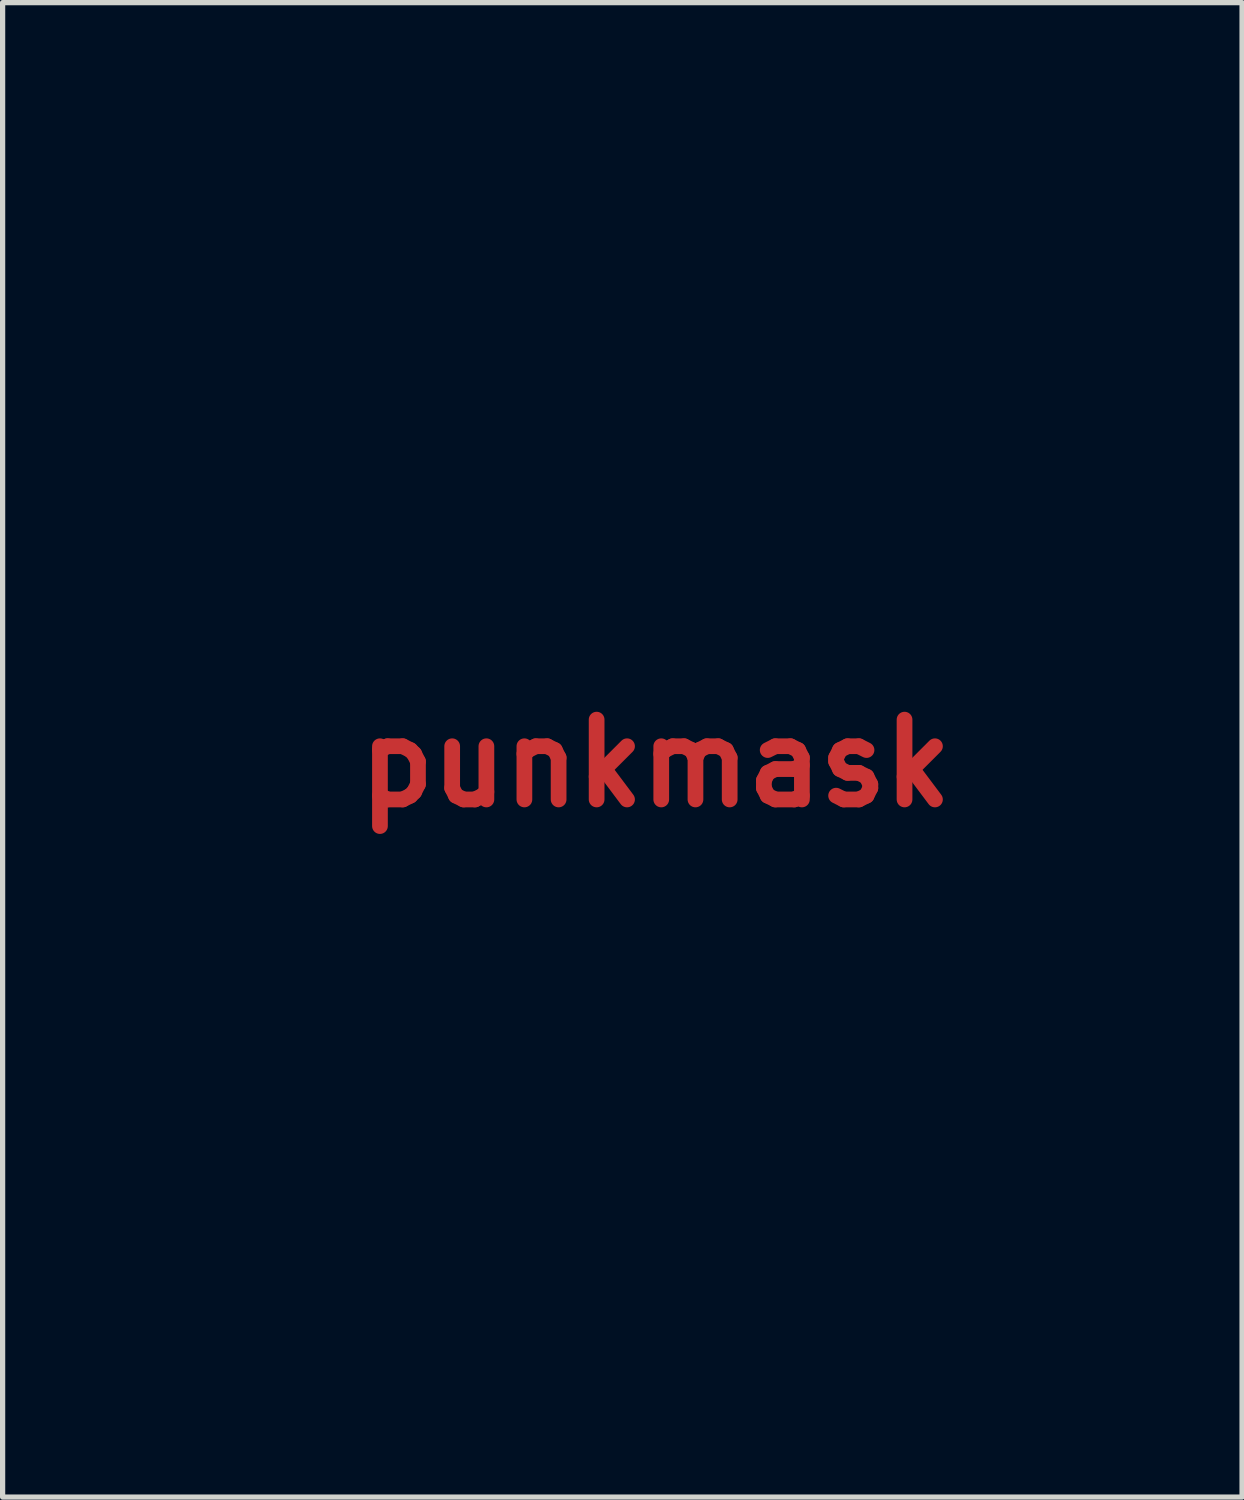
<source format=kicad_pcb>
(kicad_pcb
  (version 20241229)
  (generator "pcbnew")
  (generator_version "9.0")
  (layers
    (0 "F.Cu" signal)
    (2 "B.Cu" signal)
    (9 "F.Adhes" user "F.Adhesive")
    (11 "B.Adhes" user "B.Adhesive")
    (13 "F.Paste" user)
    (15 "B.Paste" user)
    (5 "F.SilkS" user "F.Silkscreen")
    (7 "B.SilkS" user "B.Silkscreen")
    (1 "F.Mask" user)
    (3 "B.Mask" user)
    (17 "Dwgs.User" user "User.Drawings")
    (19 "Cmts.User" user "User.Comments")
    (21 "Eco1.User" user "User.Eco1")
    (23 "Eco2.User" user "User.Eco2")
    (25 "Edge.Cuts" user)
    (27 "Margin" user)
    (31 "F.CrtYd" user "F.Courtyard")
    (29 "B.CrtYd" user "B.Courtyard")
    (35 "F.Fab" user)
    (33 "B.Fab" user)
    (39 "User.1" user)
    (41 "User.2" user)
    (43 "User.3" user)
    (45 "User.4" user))
  (footprint "punkmask"
    (layer "F.Cu")
    (at 9.465 11.523)
    (property "Reference" "punkmask" (at 0 0 0) (layer "F.Cu") (effects (font (size 1.524 1.524) (thickness 0.3))))
    (attr through_hole)
    (fp_poly (pts (xy -7.98 -5.323) (xy -7.99 -5.313) (xy -8.001 -5.323) (xy -7.99 -5.334) (xy -7.98 -5.323)) (stroke (width 0.01) (type solid)) (fill yes) (layer "F.Mask"))
    (fp_poly (pts (xy -7.768 3.948) (xy -7.779 3.958) (xy -7.789 3.948) (xy -7.779 3.937) (xy -7.768 3.948)) (stroke (width 0.01) (type solid)) (fill yes) (layer "F.Mask"))
    (fp_poly (pts (xy -7.662 5.302) (xy -7.673 5.313) (xy -7.684 5.302) (xy -7.673 5.292) (xy -7.662 5.302)) (stroke (width 0.01) (type solid)) (fill yes) (layer "F.Mask"))
    (fp_poly (pts (xy -7.451 -6.996) (xy -7.461 -6.985) (xy -7.472 -6.996) (xy -7.461 -7.006) (xy -7.451 -6.996)) (stroke (width 0.01) (type solid)) (fill yes) (layer "F.Mask"))
    (fp_poly (pts (xy -7.429 -7.059) (xy -7.44 -7.048) (xy -7.451 -7.059) (xy -7.44 -7.07) (xy -7.429 -7.059)) (stroke (width 0.01) (type solid)) (fill yes) (layer "F.Mask"))
    (fp_poly (pts (xy -7.429 -6.932) (xy -7.44 -6.921) (xy -7.451 -6.932) (xy -7.44 -6.943) (xy -7.429 -6.932)) (stroke (width 0.01) (type solid)) (fill yes) (layer "F.Mask"))
    (fp_poly (pts (xy -7.408 -7.101) (xy -7.419 -7.091) (xy -7.429 -7.101) (xy -7.419 -7.112) (xy -7.408 -7.101)) (stroke (width 0.01) (type solid)) (fill yes) (layer "F.Mask"))
    (fp_poly (pts (xy -7.387 -7.144) (xy -7.398 -7.133) (xy -7.408 -7.144) (xy -7.398 -7.154) (xy -7.387 -7.144)) (stroke (width 0.01) (type solid)) (fill yes) (layer "F.Mask"))
    (fp_poly (pts (xy -7.387 -7.038) (xy -7.398 -7.027) (xy -7.408 -7.038) (xy -7.398 -7.048) (xy -7.387 -7.038)) (stroke (width 0.01) (type solid)) (fill yes) (layer "F.Mask"))
    (fp_poly (pts (xy -7.176 -7.482) (xy -7.186 -7.472) (xy -7.197 -7.482) (xy -7.186 -7.493) (xy -7.176 -7.482)) (stroke (width 0.01) (type solid)) (fill yes) (layer "F.Mask"))
    (fp_poly (pts (xy -7.091 5.366) (xy -7.101 5.376) (xy -7.112 5.366) (xy -7.101 5.355) (xy -7.091 5.366)) (stroke (width 0.01) (type solid)) (fill yes) (layer "F.Mask"))
    (fp_poly (pts (xy -6.583 6.212) (xy -6.593 6.223) (xy -6.604 6.212) (xy -6.593 6.202) (xy -6.583 6.212)) (stroke (width 0.01) (type solid)) (fill yes) (layer "F.Mask"))
    (fp_poly (pts (xy -6.562 6.255) (xy -6.572 6.265) (xy -6.583 6.255) (xy -6.572 6.244) (xy -6.562 6.255)) (stroke (width 0.01) (type solid)) (fill yes) (layer "F.Mask"))
    (fp_poly (pts (xy -6.54 6.297) (xy -6.551 6.308) (xy -6.562 6.297) (xy -6.551 6.287) (xy -6.54 6.297)) (stroke (width 0.01) (type solid)) (fill yes) (layer "F.Mask"))
    (fp_poly (pts (xy -6.096 7.842) (xy -6.107 7.853) (xy -6.117 7.842) (xy -6.107 7.832) (xy -6.096 7.842)) (stroke (width 0.01) (type solid)) (fill yes) (layer "F.Mask"))
    (fp_poly (pts (xy -6.032 7.715) (xy -6.043 7.726) (xy -6.054 7.715) (xy -6.043 7.705) (xy -6.032 7.715)) (stroke (width 0.01) (type solid)) (fill yes) (layer "F.Mask"))
    (fp_poly (pts (xy -5.99 7.821) (xy -6.001 7.832) (xy -6.011 7.821) (xy -6.001 7.811) (xy -5.99 7.821)) (stroke (width 0.01) (type solid)) (fill yes) (layer "F.Mask"))
    (fp_poly (pts (xy -5.905 7.99) (xy -5.916 8.001) (xy -5.927 7.99) (xy -5.916 7.98) (xy -5.905 7.99)) (stroke (width 0.01) (type solid)) (fill yes) (layer "F.Mask"))
    (fp_poly (pts (xy -5.884 8.054) (xy -5.895 8.065) (xy -5.905 8.054) (xy -5.895 8.043) (xy -5.884 8.054)) (stroke (width 0.01) (type solid)) (fill yes) (layer "F.Mask"))
    (fp_poly (pts (xy -5.842 8.16) (xy -5.853 8.17) (xy -5.863 8.16) (xy -5.853 8.149) (xy -5.842 8.16)) (stroke (width 0.01) (type solid)) (fill yes) (layer "F.Mask"))
    (fp_poly (pts (xy -5.821 7.99) (xy -5.831 8.001) (xy -5.842 7.99) (xy -5.831 7.98) (xy -5.821 7.99)) (stroke (width 0.01) (type solid)) (fill yes) (layer "F.Mask"))
    (fp_poly (pts (xy -5.779 8.287) (xy -5.789 8.297) (xy -5.8 8.287) (xy -5.789 8.276) (xy -5.779 8.287)) (stroke (width 0.01) (type solid)) (fill yes) (layer "F.Mask"))
    (fp_poly (pts (xy -5.694 8.287) (xy -5.704 8.297) (xy -5.715 8.287) (xy -5.704 8.276) (xy -5.694 8.287)) (stroke (width 0.01) (type solid)) (fill yes) (layer "F.Mask"))
    (fp_poly (pts (xy -5.673 8.329) (xy -5.683 8.34) (xy -5.694 8.329) (xy -5.683 8.319) (xy -5.673 8.329)) (stroke (width 0.01) (type solid)) (fill yes) (layer "F.Mask"))
    (fp_poly (pts (xy 4.424 8.329) (xy 4.413 8.34) (xy 4.403 8.329) (xy 4.413 8.319) (xy 4.424 8.329)) (stroke (width 0.01) (type solid)) (fill yes) (layer "F.Mask"))
    (fp_poly (pts (xy 4.487 8.393) (xy 4.477 8.403) (xy 4.466 8.393) (xy 4.477 8.382) (xy 4.487 8.393)) (stroke (width 0.01) (type solid)) (fill yes) (layer "F.Mask"))
    (fp_poly (pts (xy 4.53 8.287) (xy 4.519 8.297) (xy 4.508 8.287) (xy 4.519 8.276) (xy 4.53 8.287)) (stroke (width 0.01) (type solid)) (fill yes) (layer "F.Mask"))
    (fp_poly (pts (xy 4.551 8.244) (xy 4.54 8.255) (xy 4.53 8.244) (xy 4.54 8.234) (xy 4.551 8.244)) (stroke (width 0.01) (type solid)) (fill yes) (layer "F.Mask"))
    (fp_poly (pts (xy 4.636 8.054) (xy 4.625 8.065) (xy 4.614 8.054) (xy 4.625 8.043) (xy 4.636 8.054)) (stroke (width 0.01) (type solid)) (fill yes) (layer "F.Mask"))
    (fp_poly (pts (xy 4.657 8.012) (xy 4.646 8.022) (xy 4.636 8.012) (xy 4.646 8.001) (xy 4.657 8.012)) (stroke (width 0.01) (type solid)) (fill yes) (layer "F.Mask"))
    (fp_poly (pts (xy 4.763 7.758) (xy 4.752 7.768) (xy 4.741 7.758) (xy 4.752 7.747) (xy 4.763 7.758)) (stroke (width 0.01) (type solid)) (fill yes) (layer "F.Mask"))
    (fp_poly (pts (xy 4.784 7.715) (xy 4.773 7.726) (xy 4.763 7.715) (xy 4.773 7.705) (xy 4.784 7.715)) (stroke (width 0.01) (type solid)) (fill yes) (layer "F.Mask"))
    (fp_poly (pts (xy 4.847 7.842) (xy 4.837 7.853) (xy 4.826 7.842) (xy 4.837 7.832) (xy 4.847 7.842)) (stroke (width 0.01) (type solid)) (fill yes) (layer "F.Mask"))
    (fp_poly (pts (xy 4.995 7.44) (xy 4.985 7.451) (xy 4.974 7.44) (xy 4.985 7.429) (xy 4.995 7.44)) (stroke (width 0.01) (type solid)) (fill yes) (layer "F.Mask"))
    (fp_poly (pts (xy 5.313 6.255) (xy 5.302 6.265) (xy 5.292 6.255) (xy 5.302 6.244) (xy 5.313 6.255)) (stroke (width 0.01) (type solid)) (fill yes) (layer "F.Mask"))
    (fp_poly (pts (xy 5.334 6.212) (xy 5.323 6.223) (xy 5.313 6.212) (xy 5.323 6.202) (xy 5.334 6.212)) (stroke (width 0.01) (type solid)) (fill yes) (layer "F.Mask"))
    (fp_poly (pts (xy 5.419 6.064) (xy 5.408 6.075) (xy 5.397 6.064) (xy 5.408 6.054) (xy 5.419 6.064)) (stroke (width 0.01) (type solid)) (fill yes) (layer "F.Mask"))
    (fp_poly (pts (xy 5.842 5.366) (xy 5.831 5.376) (xy 5.821 5.366) (xy 5.831 5.355) (xy 5.842 5.366)) (stroke (width 0.01) (type solid)) (fill yes) (layer "F.Mask"))
    (fp_poly (pts (xy 6.032 -7.25) (xy 6.022 -7.239) (xy 6.011 -7.25) (xy 6.022 -7.26) (xy 6.032 -7.25)) (stroke (width 0.01) (type solid)) (fill yes) (layer "F.Mask"))
    (fp_poly (pts (xy 6.138 -7.144) (xy 6.128 -7.133) (xy 6.117 -7.144) (xy 6.128 -7.154) (xy 6.138 -7.144)) (stroke (width 0.01) (type solid)) (fill yes) (layer "F.Mask"))
    (fp_poly (pts (xy 6.16 -7.101) (xy 6.149 -7.091) (xy 6.138 -7.101) (xy 6.149 -7.112) (xy 6.16 -7.101)) (stroke (width 0.01) (type solid)) (fill yes) (layer "F.Mask"))
    (fp_poly (pts (xy 6.181 -7.059) (xy 6.17 -7.048) (xy 6.16 -7.059) (xy 6.17 -7.07) (xy 6.181 -7.059)) (stroke (width 0.01) (type solid)) (fill yes) (layer "F.Mask"))
    (fp_poly (pts (xy 6.181 -6.932) (xy 6.17 -6.921) (xy 6.16 -6.932) (xy 6.17 -6.943) (xy 6.181 -6.932)) (stroke (width 0.01) (type solid)) (fill yes) (layer "F.Mask"))
    (fp_poly (pts (xy 6.392 5.387) (xy 6.382 5.397) (xy 6.371 5.387) (xy 6.382 5.376) (xy 6.392 5.387)) (stroke (width 0.01) (type solid)) (fill yes) (layer "F.Mask"))
    (fp_poly (pts (xy 6.392 5.45) (xy 6.382 5.461) (xy 6.371 5.45) (xy 6.382 5.44) (xy 6.392 5.45)) (stroke (width 0.01) (type solid)) (fill yes) (layer "F.Mask"))
    (fp_poly (pts (xy 6.879 -5.218) (xy 6.869 -5.207) (xy 6.858 -5.218) (xy 6.869 -5.228) (xy 6.879 -5.218)) (stroke (width 0.01) (type solid)) (fill yes) (layer "F.Mask"))
    (fp_poly (pts (xy 7.048 -4.583) (xy 7.038 -4.572) (xy 7.027 -4.583) (xy 7.038 -4.593) (xy 7.048 -4.583)) (stroke (width 0.01) (type solid)) (fill yes) (layer "F.Mask"))
    (fp_poly (pts (xy -8.283 -4.957) (xy -8.28 -4.924) (xy -8.285 -4.916) (xy -8.294 -4.923) (xy -8.296 -4.944) (xy -8.29 -4.967) (xy -8.283 -4.957)) (stroke (width 0.01) (type solid)) (fill yes) (layer "F.Mask"))
    (fp_poly (pts (xy -8.262 -5.084) (xy -8.259 -5.051) (xy -8.263 -5.043) (xy -8.273 -5.05) (xy -8.274 -5.071) (xy -8.269 -5.094) (xy -8.262 -5.084)) (stroke (width 0.01) (type solid)) (fill yes) (layer "F.Mask"))
    (fp_poly (pts (xy -8.156 -5.179) (xy -8.154 -5.154) (xy -8.156 -5.151) (xy -8.169 -5.153) (xy -8.17 -5.165) (xy -8.163 -5.182) (xy -8.156 -5.179)) (stroke (width 0.01) (type solid)) (fill yes) (layer "F.Mask"))
    (fp_poly (pts (xy -8.007 -5.368) (xy -8.013 -5.358) (xy -8.035 -5.357) (xy -8.057 -5.362) (xy -8.047 -5.37) (xy -8.014 -5.372) (xy -8.007 -5.368)) (stroke (width 0.01) (type solid)) (fill yes) (layer "F.Mask"))
    (fp_poly (pts (xy -7.945 -5.221) (xy -7.947 -5.209) (xy -7.959 -5.207) (xy -7.976 -5.215) (xy -7.973 -5.221) (xy -7.948 -5.224) (xy -7.945 -5.221)) (stroke (width 0.01) (type solid)) (fill yes) (layer "F.Mask"))
    (fp_poly (pts (xy -7.69 5.182) (xy -7.688 5.215) (xy -7.692 5.222) (xy -7.701 5.216) (xy -7.703 5.195) (xy -7.698 5.172) (xy -7.69 5.182)) (stroke (width 0.01) (type solid)) (fill yes) (layer "F.Mask"))
    (fp_poly (pts (xy -7.648 5.405) (xy -7.646 5.43) (xy -7.648 5.433) (xy -7.661 5.43) (xy -7.662 5.419) (xy -7.655 5.401) (xy -7.648 5.405)) (stroke (width 0.01) (type solid)) (fill yes) (layer "F.Mask"))
    (fp_poly (pts (xy -7.627 5.521) (xy -7.624 5.554) (xy -7.628 5.561) (xy -7.638 5.555) (xy -7.639 5.533) (xy -7.634 5.511) (xy -7.627 5.521)) (stroke (width 0.01) (type solid)) (fill yes) (layer "F.Mask"))
    (fp_poly (pts (xy -7.606 5.667) (xy -7.603 5.711) (xy -7.606 5.72) (xy -7.614 5.723) (xy -7.617 5.694) (xy -7.613 5.664) (xy -7.606 5.667)) (stroke (width 0.01) (type solid)) (fill yes) (layer "F.Mask"))
    (fp_poly (pts (xy -7.415 -6.999) (xy -7.413 -6.974) (xy -7.415 -6.971) (xy -7.428 -6.974) (xy -7.429 -6.985) (xy -7.422 -7.002) (xy -7.415 -6.999)) (stroke (width 0.01) (type solid)) (fill yes) (layer "F.Mask"))
    (fp_poly (pts (xy -7.415 -6.258) (xy -7.413 -6.233) (xy -7.415 -6.23) (xy -7.428 -6.233) (xy -7.429 -6.244) (xy -7.422 -6.262) (xy -7.415 -6.258)) (stroke (width 0.01) (type solid)) (fill yes) (layer "F.Mask"))
    (fp_poly (pts (xy -7.394 -6.354) (xy -7.391 -6.321) (xy -7.396 -6.313) (xy -7.405 -6.32) (xy -7.407 -6.341) (xy -7.401 -6.364) (xy -7.394 -6.354)) (stroke (width 0.01) (type solid)) (fill yes) (layer "F.Mask"))
    (fp_poly (pts (xy -6.251 7.437) (xy -6.249 7.462) (xy -6.251 7.465) (xy -6.264 7.462) (xy -6.265 7.451) (xy -6.258 7.433) (xy -6.251 7.437)) (stroke (width 0.01) (type solid)) (fill yes) (layer "F.Mask"))
    (fp_poly (pts (xy -6.145 7.648) (xy -6.143 7.673) (xy -6.145 7.676) (xy -6.158 7.674) (xy -6.16 7.662) (xy -6.152 7.645) (xy -6.145 7.648)) (stroke (width 0.01) (type solid)) (fill yes) (layer "F.Mask"))
    (fp_poly (pts (xy -6.124 7.733) (xy -6.122 7.758) (xy -6.124 7.761) (xy -6.137 7.758) (xy -6.138 7.747) (xy -6.131 7.73) (xy -6.124 7.733)) (stroke (width 0.01) (type solid)) (fill yes) (layer "F.Mask"))
    (fp_poly (pts (xy -6.018 7.754) (xy -6.016 7.779) (xy -6.018 7.782) (xy -6.031 7.779) (xy -6.032 7.768) (xy -6.025 7.751) (xy -6.018 7.754)) (stroke (width 0.01) (type solid)) (fill yes) (layer "F.Mask"))
    (fp_poly (pts (xy -5.87 8.093) (xy -5.868 8.118) (xy -5.87 8.121) (xy -5.883 8.118) (xy -5.884 8.107) (xy -5.877 8.089) (xy -5.87 8.093)) (stroke (width 0.01) (type solid)) (fill yes) (layer "F.Mask"))
    (fp_poly (pts (xy -2.429 -10.513) (xy -2.426 -10.505) (xy -2.455 -10.502) (xy -2.485 -10.505) (xy -2.482 -10.513) (xy -2.438 -10.515) (xy -2.429 -10.513)) (stroke (width 0.01) (type solid)) (fill yes) (layer "F.Mask"))
    (fp_poly (pts (xy 4.501 8.326) (xy 4.504 8.351) (xy 4.501 8.354) (xy 4.489 8.351) (xy 4.487 8.34) (xy 4.495 8.322) (xy 4.501 8.326)) (stroke (width 0.01) (type solid)) (fill yes) (layer "F.Mask"))
    (fp_poly (pts (xy 4.861 7.733) (xy 4.864 7.758) (xy 4.861 7.761) (xy 4.849 7.758) (xy 4.847 7.747) (xy 4.855 7.73) (xy 4.861 7.733)) (stroke (width 0.01) (type solid)) (fill yes) (layer "F.Mask"))
    (fp_poly (pts (xy 4.882 7.648) (xy 4.885 7.673) (xy 4.882 7.676) (xy 4.87 7.674) (xy 4.868 7.662) (xy 4.876 7.645) (xy 4.882 7.648)) (stroke (width 0.01) (type solid)) (fill yes) (layer "F.Mask"))
    (fp_poly (pts (xy 6.004 -6.978) (xy 6.007 -6.953) (xy 6.004 -6.95) (xy 5.992 -6.953) (xy 5.99 -6.964) (xy 5.998 -6.981) (xy 6.004 -6.978)) (stroke (width 0.01) (type solid)) (fill yes) (layer "F.Mask"))
    (fp_poly (pts (xy 6.132 -6.354) (xy 6.134 -6.321) (xy 6.13 -6.313) (xy 6.12 -6.32) (xy 6.119 -6.341) (xy 6.124 -6.364) (xy 6.132 -6.354)) (stroke (width 0.01) (type solid)) (fill yes) (layer "F.Mask"))
    (fp_poly (pts (xy 6.152 -6.258) (xy 6.155 -6.233) (xy 6.152 -6.23) (xy 6.14 -6.233) (xy 6.138 -6.244) (xy 6.146 -6.262) (xy 6.152 -6.258)) (stroke (width 0.01) (type solid)) (fill yes) (layer "F.Mask"))
    (fp_poly (pts (xy 6.343 5.69) (xy 6.346 5.723) (xy 6.342 5.73) (xy 6.332 5.724) (xy 6.331 5.703) (xy 6.336 5.68) (xy 6.343 5.69)) (stroke (width 0.01) (type solid)) (fill yes) (layer "F.Mask"))
    (fp_poly (pts (xy 6.364 5.532) (xy 6.367 5.557) (xy 6.364 5.56) (xy 6.352 5.557) (xy 6.35 5.546) (xy 6.358 5.528) (xy 6.364 5.532)) (stroke (width 0.01) (type solid)) (fill yes) (layer "F.Mask"))
    (fp_poly (pts (xy 6.428 5.182) (xy 6.43 5.215) (xy 6.426 5.222) (xy 6.417 5.216) (xy 6.415 5.195) (xy 6.42 5.172) (xy 6.428 5.182)) (stroke (width 0.01) (type solid)) (fill yes) (layer "F.Mask"))
    (fp_poly (pts (xy 6.999 -5.084) (xy 7.002 -5.051) (xy 6.998 -5.043) (xy 6.988 -5.05) (xy 6.987 -5.071) (xy 6.992 -5.094) (xy 6.999 -5.084)) (stroke (width 0.01) (type solid)) (fill yes) (layer "F.Mask"))
    (fp_poly (pts (xy 7.021 -4.957) (xy 7.023 -4.924) (xy 7.019 -4.916) (xy 7.009 -4.923) (xy 7.008 -4.944) (xy 7.013 -4.967) (xy 7.021 -4.957)) (stroke (width 0.01) (type solid)) (fill yes) (layer "F.Mask"))
    (fp_poly (pts (xy 7.338 -2.829) (xy 7.335 -2.817) (xy 7.324 -2.815) (xy 7.306 -2.823) (xy 7.31 -2.829) (xy 7.335 -2.832) (xy 7.338 -2.829)) (stroke (width 0.01) (type solid)) (fill yes) (layer "F.Mask"))
    (fp_poly (pts (xy -5.993 6.486) (xy -5.971 6.507) (xy -5.975 6.519) (xy -5.978 6.519) (xy -5.996 6.504) (xy -6.003 6.495) (xy -6.005 6.48) (xy -5.993 6.486)) (stroke (width 0.01) (type solid)) (fill yes) (layer "F.Mask"))
    (fp_poly (pts (xy -5.966 7.881) (xy -5.952 7.916) (xy -5.954 7.929) (xy -5.968 7.922) (xy -5.977 7.905) (xy -5.989 7.865) (xy -5.984 7.857) (xy -5.966 7.881)) (stroke (width 0.01) (type solid)) (fill yes) (layer "F.Mask"))
    (fp_poly (pts (xy -5.861 7.902) (xy -5.847 7.937) (xy -5.848 7.951) (xy -5.862 7.943) (xy -5.871 7.926) (xy -5.883 7.886) (xy -5.878 7.878) (xy -5.861 7.902)) (stroke (width 0.01) (type solid)) (fill yes) (layer "F.Mask"))
    (fp_poly (pts (xy -5.57 9.555) (xy -5.547 9.576) (xy -5.552 9.588) (xy -5.555 9.588) (xy -5.573 9.573) (xy -5.579 9.564) (xy -5.582 9.55) (xy -5.57 9.555)) (stroke (width 0.01) (type solid)) (fill yes) (layer "F.Mask"))
    (fp_poly (pts (xy -4.956 10.063) (xy -4.934 10.082) (xy -4.932 10.087) (xy -4.942 10.096) (xy -4.963 10.076) (xy -4.966 10.072) (xy -4.968 10.058) (xy -4.956 10.063)) (stroke (width 0.01) (type solid)) (fill yes) (layer "F.Mask"))
    (fp_poly (pts (xy -4.723 10.232) (xy -4.701 10.253) (xy -4.705 10.266) (xy -4.708 10.266) (xy -4.726 10.251) (xy -4.733 10.241) (xy -4.735 10.227) (xy -4.723 10.232)) (stroke (width 0.01) (type solid)) (fill yes) (layer "F.Mask"))
    (fp_poly (pts (xy 4.372 8.608) (xy 4.368 8.624) (xy 4.351 8.654) (xy 4.34 8.649) (xy 4.339 8.637) (xy 4.355 8.609) (xy 4.36 8.604) (xy 4.372 8.608)) (stroke (width 0.01) (type solid)) (fill yes) (layer "F.Mask"))
    (fp_poly (pts (xy 6.495 3.924) (xy 6.517 3.944) (xy 6.519 3.949) (xy 6.509 3.958) (xy 6.488 3.938) (xy 6.486 3.934) (xy 6.483 3.919) (xy 6.495 3.924)) (stroke (width 0.01) (type solid)) (fill yes) (layer "F.Mask"))
    (fp_poly (pts (xy 6.675 -5.333) (xy 6.68 -5.31) (xy 6.678 -5.276) (xy 6.665 -5.28) (xy 6.648 -5.3) (xy 6.636 -5.327) (xy 6.652 -5.34) (xy 6.675 -5.333)) (stroke (width 0.01) (type solid)) (fill yes) (layer "F.Mask"))
    (fp_poly (pts (xy 6.903 -5.158) (xy 6.917 -5.123) (xy 6.915 -5.109) (xy 6.901 -5.117) (xy 6.892 -5.134) (xy 6.88 -5.174) (xy 6.885 -5.182) (xy 6.903 -5.158)) (stroke (width 0.01) (type solid)) (fill yes) (layer "F.Mask"))
    (fp_poly (pts (xy -8.326 -4.697) (xy -8.325 -4.693) (xy -8.322 -4.647) (xy -8.326 -4.63) (xy -8.333 -4.629) (xy -8.336 -4.662) (xy -8.336 -4.667) (xy -8.332 -4.7) (xy -8.326 -4.697)) (stroke (width 0.01) (type solid)) (fill yes) (layer "F.Mask"))
    (fp_poly (pts (xy -8.28 -4.839) (xy -8.284 -4.807) (xy -8.297 -4.773) (xy -8.31 -4.748) (xy -8.316 -4.76) (xy -8.317 -4.789) (xy -8.311 -4.831) (xy -8.297 -4.847) (xy -8.28 -4.839)) (stroke (width 0.01) (type solid)) (fill yes) (layer "F.Mask"))
    (fp_poly (pts (xy -5.759 8.339) (xy -5.755 8.347) (xy -5.741 8.382) (xy -5.746 8.399) (xy -5.764 8.389) (xy -5.777 8.357) (xy -5.778 8.341) (xy -5.774 8.322) (xy -5.759 8.339)) (stroke (width 0.01) (type solid)) (fill yes) (layer "F.Mask"))
    (fp_poly (pts (xy -4.9 10.103) (xy -4.884 10.115) (xy -4.855 10.141) (xy -4.847 10.152) (xy -4.857 10.158) (xy -4.886 10.131) (xy -4.892 10.123) (xy -4.911 10.098) (xy -4.9 10.103)) (stroke (width 0.01) (type solid)) (fill yes) (layer "F.Mask"))
    (fp_poly (pts (xy -4.815 10.167) (xy -4.8 10.178) (xy -4.77 10.205) (xy -4.763 10.216) (xy -4.773 10.222) (xy -4.801 10.195) (xy -4.808 10.186) (xy -4.826 10.161) (xy -4.815 10.167)) (stroke (width 0.01) (type solid)) (fill yes) (layer "F.Mask"))
    (fp_poly (pts (xy 3.465 10.237) (xy 3.461 10.245) (xy 3.441 10.265) (xy 3.437 10.266) (xy 3.436 10.252) (xy 3.44 10.245) (xy 3.46 10.224) (xy 3.463 10.223) (xy 3.465 10.237)) (stroke (width 0.01) (type solid)) (fill yes) (layer "F.Mask"))
    (fp_poly (pts (xy 3.549 10.171) (xy 3.538 10.186) (xy 3.507 10.219) (xy 3.493 10.219) (xy 3.493 10.216) (xy 3.507 10.198) (xy 3.53 10.178) (xy 3.555 10.16) (xy 3.549 10.171)) (stroke (width 0.01) (type solid)) (fill yes) (layer "F.Mask"))
    (fp_poly (pts (xy 3.634 10.108) (xy 3.622 10.123) (xy 3.591 10.156) (xy 3.578 10.156) (xy 3.577 10.152) (xy 3.592 10.134) (xy 3.614 10.115) (xy 3.639 10.097) (xy 3.634 10.108)) (stroke (width 0.01) (type solid)) (fill yes) (layer "F.Mask"))
    (fp_poly (pts (xy 3.698 10.068) (xy 3.694 10.075) (xy 3.674 10.096) (xy 3.67 10.097) (xy 3.668 10.083) (xy 3.672 10.075) (xy 3.692 10.055) (xy 3.696 10.054) (xy 3.698 10.068)) (stroke (width 0.01) (type solid)) (fill yes) (layer "F.Mask"))
    (fp_poly (pts (xy 4.311 9.56) (xy 4.307 9.567) (xy 4.287 9.588) (xy 4.284 9.588) (xy 4.282 9.575) (xy 4.286 9.567) (xy 4.306 9.547) (xy 4.31 9.546) (xy 4.311 9.56)) (stroke (width 0.01) (type solid)) (fill yes) (layer "F.Mask"))
    (fp_poly (pts (xy 4.741 7.8) (xy 4.73 7.835) (xy 4.72 7.853) (xy 4.703 7.87) (xy 4.7 7.863) (xy 4.71 7.829) (xy 4.72 7.811) (xy 4.737 7.794) (xy 4.741 7.8)) (stroke (width 0.01) (type solid)) (fill yes) (layer "F.Mask"))
    (fp_poly (pts (xy 6.72 -5.229) (xy 6.724 -5.216) (xy 6.723 -5.189) (xy 6.722 -5.186) (xy 6.706 -5.196) (xy 6.692 -5.204) (xy 6.675 -5.222) (xy 6.694 -5.234) (xy 6.72 -5.229)) (stroke (width 0.01) (type solid)) (fill yes) (layer "F.Mask"))
    (fp_poly (pts (xy 7.043 -4.829) (xy 7.048 -4.795) (xy 7.045 -4.751) (xy 7.035 -4.746) (xy 7.021 -4.784) (xy 7.021 -4.784) (xy 7.02 -4.823) (xy 7.029 -4.838) (xy 7.043 -4.829)) (stroke (width 0.01) (type solid)) (fill yes) (layer "F.Mask"))
    (fp_poly (pts (xy 7.062 -4.697) (xy 7.063 -4.693) (xy 7.066 -4.647) (xy 7.062 -4.63) (xy 7.055 -4.629) (xy 7.053 -4.662) (xy 7.053 -4.667) (xy 7.056 -4.7) (xy 7.062 -4.697)) (stroke (width 0.01) (type solid)) (fill yes) (layer "F.Mask"))
    (fp_poly (pts (xy -5.302 6.779) (xy -5.281 6.794) (xy -5.245 6.82) (xy -5.23 6.831) (xy -5.237 6.837) (xy -5.243 6.837) (xy -5.273 6.822) (xy -5.294 6.8) (xy -5.312 6.775) (xy -5.302 6.779)) (stroke (width 0.01) (type solid)) (fill yes) (layer "F.Mask"))
    (fp_poly (pts (xy 4.038 6.781) (xy 4.024 6.8) (xy 3.992 6.83) (xy 3.973 6.837) (xy 3.958 6.833) (xy 3.96 6.831) (xy 3.982 6.815) (xy 4.011 6.794) (xy 4.04 6.774) (xy 4.038 6.781)) (stroke (width 0.01) (type solid)) (fill yes) (layer "F.Mask"))
    (fp_poly (pts (xy 6.113 -7.092) (xy 6.13 -7.063) (xy 6.15 -7.019) (xy 6.154 -6.994) (xy 6.154 -6.994) (xy 6.14 -7.004) (xy 6.121 -7.039) (xy 6.101 -7.089) (xy 6.099 -7.107) (xy 6.113 -7.092)) (stroke (width 0.01) (type solid)) (fill yes) (layer "F.Mask"))
    (fp_poly (pts (xy 4.613 7.885) (xy 4.603 7.917) (xy 4.583 7.959) (xy 4.562 7.989) (xy 4.552 7.991) (xy 4.552 7.99) (xy 4.562 7.958) (xy 4.583 7.916) (xy 4.604 7.885) (xy 4.613 7.884) (xy 4.613 7.885)) (stroke (width 0.01) (type solid)) (fill yes) (layer "F.Mask"))
    (fp_poly (pts (xy 6.059 -7.14) (xy 6.071 -7.113) (xy 6.074 -7.065) (xy 6.068 -7.019) (xy 6.056 -6.997) (xy 6.045 -7.008) (xy 6.04 -7.05) (xy 6.04 -7.068) (xy 6.046 -7.117) (xy 6.055 -7.141) (xy 6.059 -7.14)) (stroke (width 0.01) (type solid)) (fill yes) (layer "F.Mask"))
    (fp_poly (pts (xy 4.203 6.687) (xy 4.175 6.711) (xy 4.127 6.74) (xy 4.121 6.743) (xy 4.079 6.763) (xy 4.07 6.763) (xy 4.092 6.744) (xy 4.096 6.741) (xy 4.145 6.704) (xy 4.184 6.681) (xy 4.205 6.677) (xy 4.203 6.687)) (stroke (width 0.01) (type solid)) (fill yes) (layer "F.Mask"))
    (fp_poly (pts (xy -7.316 -7.131) (xy -7.313 -7.095) (xy -7.303 -7.032) (xy -7.285 -6.99) (xy -7.264 -6.953) (xy -7.271 -6.947) (xy -7.307 -6.971) (xy -7.308 -6.972) (xy -7.331 -7.008) (xy -7.344 -7.061) (xy -7.343 -7.111) (xy -7.328 -7.141) (xy -7.316 -7.131)) (stroke (width 0.01) (type solid)) (fill yes) (layer "F.Mask"))
    (fp_poly (pts (xy -5.802 8.043) (xy -5.779 8.084) (xy -5.759 8.129) (xy -5.735 8.19) (xy -5.722 8.234) (xy -5.721 8.247) (xy -5.734 8.235) (xy -5.756 8.193) (xy -5.777 8.148) (xy -5.801 8.087) (xy -5.814 8.044) (xy -5.815 8.03) (xy -5.802 8.043)) (stroke (width 0.01) (type solid)) (fill yes) (layer "F.Mask"))
    (fp_poly (pts (xy -7.916 -5.302) (xy -7.956 -5.266) (xy -7.987 -5.25) (xy -7.989 -5.25) (xy -7.991 -5.261) (xy -7.964 -5.287) (xy -7.961 -5.289) (xy -7.929 -5.319) (xy -7.932 -5.336) (xy -7.94 -5.34) (xy -7.946 -5.349) (xy -7.918 -5.353) (xy -7.867 -5.355) (xy -7.916 -5.302)) (stroke (width 0.01) (type solid)) (fill yes) (layer "F.Mask"))
    (fp_poly (pts (xy -5.466 6.682) (xy -5.426 6.702) (xy -5.408 6.713) (xy -5.362 6.742) (xy -5.336 6.762) (xy -5.334 6.765) (xy -5.337 6.772) (xy -5.354 6.766) (xy -5.394 6.743) (xy -5.413 6.731) (xy -5.458 6.702) (xy -5.481 6.682) (xy -5.482 6.679) (xy -5.466 6.682)) (stroke (width 0.01) (type solid)) (fill yes) (layer "F.Mask"))
    (fp_poly (pts (xy -4.947 6.963) (xy -4.899 6.979) (xy -4.845 6.999) (xy -4.799 7.02) (xy -4.788 7.026) (xy -4.766 7.043) (xy -4.78 7.045) (xy -4.824 7.033) (xy -4.878 7.015) (xy -4.936 6.99) (xy -4.977 6.968) (xy -4.984 6.962) (xy -4.98 6.957) (xy -4.947 6.963)) (stroke (width 0.01) (type solid)) (fill yes) (layer "F.Mask"))
    (fp_poly (pts (xy 3.725 6.955) (xy 3.708 6.969) (xy 3.664 6.991) (xy 3.608 7.015) (xy 3.553 7.036) (xy 3.514 7.047) (xy 3.507 7.048) (xy 3.501 7.039) (xy 3.518 7.026) (xy 3.561 7.005) (xy 3.616 6.983) (xy 3.671 6.965) (xy 3.712 6.954) (xy 3.725 6.955)) (stroke (width 0.01) (type solid)) (fill yes) (layer "F.Mask"))
    (fp_poly (pts (xy 4.538 8.061) (xy 4.537 8.065) (xy 4.524 8.105) (xy 4.501 8.158) (xy 4.475 8.213) (xy 4.45 8.259) (xy 4.432 8.287) (xy 4.426 8.287) (xy 4.435 8.258) (xy 4.458 8.204) (xy 4.489 8.139) (xy 4.517 8.084) (xy 4.535 8.056) (xy 4.538 8.061)) (stroke (width 0.01) (type solid)) (fill yes) (layer "F.Mask"))
    (fp_poly (pts (xy 4.33 8.683) (xy 4.326 8.705) (xy 4.311 8.757) (xy 4.288 8.829) (xy 4.26 8.911) (xy 4.23 8.995) (xy 4.202 9.069) (xy 4.179 9.125) (xy 4.169 9.146) (xy 4.141 9.197) (xy 4.104 9.265) (xy 4.08 9.31) (xy 4.047 9.369) (xy 4.022 9.408) (xy 4.013 9.419) (xy 4.016 9.401) (xy 4.032 9.353) (xy 4.057 9.285) (xy 4.064 9.266) (xy 4.136 9.081) (xy 4.195 8.934) (xy 4.243 8.823) (xy 4.279 8.745) (xy 4.306 8.699) (xy 4.324 8.681) (xy 4.33 8.683)) (stroke (width 0.01) (type solid)) (fill yes) (layer "F.Mask"))
    (fp_poly (pts (xy -5.624 8.612) (xy -5.594 8.661) (xy -5.556 8.734) (xy -5.515 8.821) (xy -5.473 8.915) (xy -5.466 8.932) (xy -5.406 9.082) (xy -5.356 9.209) (xy -5.318 9.309) (xy -5.293 9.379) (xy -5.282 9.415) (xy -5.283 9.419) (xy -5.296 9.402) (xy -5.323 9.358) (xy -5.35 9.31) (xy -5.392 9.231) (xy -5.435 9.15) (xy -5.454 9.115) (xy -5.487 9.043) (xy -5.512 8.971) (xy -5.516 8.954) (xy -5.532 8.896) (xy -5.559 8.817) (xy -5.59 8.737) (xy -5.618 8.668) (xy -5.636 8.617) (xy -5.642 8.594) (xy -5.642 8.594) (xy -5.624 8.612)) (stroke (width 0.01) (type solid)) (fill yes) (layer "F.Mask"))
    (fp_poly (pts (xy -6.516 6.342) (xy -6.495 6.387) (xy -6.47 6.462) (xy -6.441 6.558) (xy -6.412 6.672) (xy -6.401 6.719) (xy -6.376 6.825) (xy -6.35 6.925) (xy -6.327 7.008) (xy -6.315 7.048) (xy -6.292 7.12) (xy -6.266 7.208) (xy -6.239 7.305) (xy -6.213 7.4) (xy -6.192 7.485) (xy -6.177 7.551) (xy -6.17 7.589) (xy -6.17 7.596) (xy -6.18 7.582) (xy -6.196 7.537) (xy -6.215 7.474) (xy -6.236 7.411) (xy -6.254 7.373) (xy -6.266 7.367) (xy -6.272 7.374) (xy -6.278 7.373) (xy -6.286 7.358) (xy -6.297 7.324) (xy -6.3 7.313) (xy -6.287 7.313) (xy -6.276 7.324) (xy -6.265 7.313) (xy -6.276 7.303) (xy -6.287 7.313) (xy -6.3 7.313) (xy -6.313 7.267) (xy -6.336 7.183) (xy -6.347 7.144) (xy -6.329 7.144) (xy -6.318 7.154) (xy -6.308 7.144) (xy -6.318 7.133) (xy -6.329 7.144) (xy -6.347 7.144) (xy -6.368 7.065) (xy -6.391 6.974) (xy -6.424 6.847) (xy -6.455 6.72) (xy -6.482 6.6) (xy -6.505 6.495) (xy -6.521 6.41) (xy -6.53 6.354) (xy -6.529 6.332) (xy -6.516 6.342)) (stroke (width 0.01) (type solid)) (fill yes) (layer "F.Mask"))
    (fp_poly (pts (xy 5.279 6.292) (xy 5.277 6.31) (xy 5.27 6.347) (xy 5.258 6.405) (xy 5.238 6.489) (xy 5.211 6.604) (xy 5.174 6.754) (xy 5.153 6.841) (xy 5.123 6.96) (xy 5.096 7.056) (xy 5.073 7.123) (xy 5.057 7.158) (xy 5.052 7.161) (xy 5.041 7.161) (xy 5.045 7.17) (xy 5.051 7.202) (xy 5.047 7.247) (xy 5.037 7.289) (xy 5.023 7.313) (xy 5.016 7.313) (xy 5.007 7.321) (xy 5.011 7.348) (xy 5.014 7.38) (xy 5 7.379) (xy 4.979 7.388) (xy 4.955 7.435) (xy 4.945 7.466) (xy 4.927 7.517) (xy 4.915 7.541) (xy 4.912 7.537) (xy 4.914 7.513) (xy 4.924 7.47) (xy 4.942 7.403) (xy 4.969 7.307) (xy 5.008 7.179) (xy 5.028 7.112) (xy 5.038 7.08) (xy 5.059 7.08) (xy 5.069 7.091) (xy 5.08 7.08) (xy 5.069 7.07) (xy 5.059 7.08) (xy 5.038 7.08) (xy 5.054 7.023) (xy 5.084 6.91) (xy 5.114 6.789) (xy 5.133 6.71) (xy 5.162 6.594) (xy 5.192 6.487) (xy 5.199 6.466) (xy 5.207 6.466) (xy 5.218 6.477) (xy 5.228 6.466) (xy 5.218 6.456) (xy 5.207 6.466) (xy 5.199 6.466) (xy 5.222 6.396) (xy 5.248 6.328) (xy 5.269 6.291) (xy 5.277 6.287) (xy 5.279 6.292)) (stroke (width 0.01) (type solid)) (fill yes) (layer "F.Mask"))
    (fp_poly (pts (xy -6.585 6.162) (xy -6.541 6.206) (xy -6.486 6.272) (xy -6.424 6.35) (xy -6.363 6.435) (xy -6.307 6.519) (xy -6.279 6.565) (xy -6.241 6.641) (xy -6.203 6.734) (xy -6.182 6.798) (xy -6.16 6.869) (xy -6.128 6.968) (xy -6.09 7.083) (xy -6.051 7.2) (xy -6.045 7.216) (xy -6.011 7.319) (xy -5.983 7.406) (xy -5.964 7.47) (xy -5.956 7.504) (xy -5.956 7.508) (xy -5.968 7.495) (xy -5.991 7.448) (xy -6.023 7.374) (xy -6.061 7.28) (xy -6.102 7.171) (xy -6.145 7.056) (xy -6.186 6.939) (xy -6.224 6.828) (xy -6.256 6.73) (xy -6.274 6.668) (xy -6.298 6.595) (xy -6.325 6.534) (xy -6.34 6.509) (xy -6.365 6.48) (xy -6.369 6.483) (xy -6.361 6.509) (xy -6.349 6.551) (xy -6.332 6.619) (xy -6.315 6.689) (xy -6.287 6.803) (xy -6.255 6.914) (xy -6.215 7.03) (xy -6.166 7.161) (xy -6.104 7.314) (xy -6.039 7.469) (xy -5.99 7.584) (xy -5.949 7.686) (xy -5.917 7.767) (xy -5.897 7.823) (xy -5.892 7.846) (xy -5.892 7.846) (xy -5.905 7.837) (xy -5.916 7.811) (xy -5.93 7.775) (xy -5.959 7.71) (xy -5.997 7.625) (xy -6.042 7.529) (xy -6.042 7.529) (xy -6.122 7.357) (xy -6.185 7.214) (xy -6.235 7.091) (xy -6.275 6.979) (xy -6.308 6.87) (xy -6.337 6.754) (xy -6.36 6.65) (xy -6.384 6.558) (xy -6.419 6.462) (xy -6.439 6.416) (xy -6.408 6.416) (xy -6.403 6.437) (xy -6.402 6.441) (xy -6.385 6.467) (xy -6.375 6.467) (xy -6.378 6.445) (xy -6.39 6.429) (xy -6.408 6.416) (xy -6.439 6.416) (xy -6.459 6.369) (xy -6.502 6.286) (xy -6.543 6.22) (xy -6.578 6.179) (xy -6.605 6.171) (xy -6.606 6.171) (xy -6.63 6.167) (xy -6.633 6.163) (xy -6.627 6.148) (xy -6.612 6.145) (xy -6.585 6.162)) (stroke (width 0.01) (type solid)) (fill yes) (layer "F.Mask"))
    (fp_poly (pts (xy 5.347 6.151) (xy 5.358 6.147) (xy 5.373 6.144) (xy 5.368 6.157) (xy 5.343 6.173) (xy 5.334 6.17) (xy 5.315 6.181) (xy 5.282 6.22) (xy 5.242 6.279) (xy 5.201 6.349) (xy 5.163 6.42) (xy 5.136 6.484) (xy 5.135 6.487) (xy 5.117 6.546) (xy 5.093 6.632) (xy 5.069 6.729) (xy 5.058 6.773) (xy 5.023 6.911) (xy 4.979 7.047) (xy 4.924 7.191) (xy 4.853 7.355) (xy 4.804 7.461) (xy 4.759 7.558) (xy 4.714 7.653) (xy 4.677 7.732) (xy 4.666 7.758) (xy 4.639 7.812) (xy 4.621 7.844) (xy 4.616 7.846) (xy 4.623 7.822) (xy 4.645 7.766) (xy 4.678 7.684) (xy 4.721 7.583) (xy 4.762 7.487) (xy 4.849 7.28) (xy 4.918 7.102) (xy 4.973 6.945) (xy 5.017 6.801) (xy 5.046 6.686) (xy 5.064 6.609) (xy 5.081 6.544) (xy 5.091 6.509) (xy 5.099 6.48) (xy 5.092 6.483) (xy 5.07 6.509) (xy 5.045 6.553) (xy 5.019 6.62) (xy 5.004 6.668) (xy 4.979 6.753) (xy 4.945 6.855) (xy 4.906 6.968) (xy 4.864 7.085) (xy 4.822 7.199) (xy 4.781 7.305) (xy 4.744 7.395) (xy 4.714 7.462) (xy 4.694 7.501) (xy 4.686 7.508) (xy 4.69 7.487) (xy 4.705 7.432) (xy 4.73 7.353) (xy 4.762 7.255) (xy 4.775 7.216) (xy 4.814 7.1) (xy 4.852 6.984) (xy 4.885 6.882) (xy 4.908 6.806) (xy 4.911 6.798) (xy 4.943 6.708) (xy 4.982 6.617) (xy 5.009 6.565) (xy 5.046 6.505) (xy 5.08 6.456) (xy 5.101 6.456) (xy 5.109 6.473) (xy 5.115 6.47) (xy 5.118 6.445) (xy 5.115 6.442) (xy 5.103 6.445) (xy 5.101 6.456) (xy 5.08 6.456) (xy 5.095 6.433) (xy 5.15 6.356) (xy 5.206 6.282) (xy 5.257 6.216) (xy 5.299 6.166) (xy 5.326 6.138) (xy 5.334 6.136) (xy 5.347 6.151)) (stroke (width 0.01) (type solid)) (fill yes) (layer "F.Mask"))
    (fp_poly (pts (xy -7.606 -3.156) (xy -7.6 -3.107) (xy -7.599 -3.062) (xy -7.597 -2.971) (xy -7.59 -2.89) (xy -7.582 -2.825) (xy -7.571 -2.785) (xy -7.561 -2.776) (xy -7.556 -2.784) (xy -7.546 -2.793) (xy -7.538 -2.764) (xy -7.531 -2.698) (xy -7.527 -2.6) (xy -7.524 -2.473) (xy -7.523 -2.32) (xy -7.523 -2.145) (xy -7.526 -1.951) (xy -7.531 -1.741) (xy -7.536 -1.565) (xy -7.543 -1.334) (xy -7.548 -1.121) (xy -7.551 -0.918) (xy -7.552 -0.722) (xy -7.551 -0.526) (xy -7.547 -0.324) (xy -7.541 -0.11) (xy -7.532 0.12) (xy -7.521 0.374) (xy -7.507 0.656) (xy -7.489 0.972) (xy -7.481 1.111) (xy -7.474 1.218) (xy -7.463 1.352) (xy -7.45 1.508) (xy -7.434 1.678) (xy -7.416 1.856) (xy -7.398 2.036) (xy -7.38 2.21) (xy -7.362 2.372) (xy -7.345 2.514) (xy -7.331 2.631) (xy -7.318 2.716) (xy -7.314 2.742) (xy -7.281 2.925) (xy -7.256 3.085) (xy -7.239 3.218) (xy -7.231 3.32) (xy -7.23 3.389) (xy -7.239 3.423) (xy -7.255 3.42) (xy -7.279 3.421) (xy -7.292 3.429) (xy -7.316 3.432) (xy -7.341 3.396) (xy -7.344 3.392) (xy -7.358 3.344) (xy -7.373 3.268) (xy -7.386 3.178) (xy -7.389 3.154) (xy -7.396 3.086) (xy -7.408 2.983) (xy -7.423 2.853) (xy -7.44 2.703) (xy -7.459 2.539) (xy -7.479 2.37) (xy -7.483 2.339) (xy -7.515 2.064) (xy -7.542 1.824) (xy -7.565 1.611) (xy -7.585 1.42) (xy -7.602 1.243) (xy -7.617 1.072) (xy -7.63 0.901) (xy -7.643 0.723) (xy -7.652 0.582) (xy -7.662 0.422) (xy -7.674 0.256) (xy -7.686 0.096) (xy -7.696 -0.046) (xy -7.706 -0.16) (xy -7.707 -0.18) (xy -7.714 -0.276) (xy -7.719 -0.406) (xy -7.723 -0.566) (xy -7.727 -0.748) (xy -7.729 -0.948) (xy -7.731 -1.159) (xy -7.731 -1.375) (xy -7.731 -1.591) (xy -7.73 -1.801) (xy -7.728 -1.998) (xy -7.724 -2.177) (xy -7.72 -2.332) (xy -7.715 -2.456) (xy -7.709 -2.545) (xy -7.708 -2.551) (xy -7.689 -2.733) (xy -7.67 -2.889) (xy -7.653 -3.014) (xy -7.638 -3.105) (xy -7.625 -3.16) (xy -7.616 -3.175) (xy -7.606 -3.156)) (stroke (width 0.01) (type solid)) (fill yes) (layer "F.Mask"))
    (fp_poly (pts (xy 6.356 -3.154) (xy 6.37 -3.094) (xy 6.385 -2.998) (xy 6.403 -2.868) (xy 6.422 -2.707) (xy 6.439 -2.551) (xy 6.445 -2.465) (xy 6.45 -2.344) (xy 6.454 -2.191) (xy 6.457 -2.014) (xy 6.46 -1.819) (xy 6.461 -1.61) (xy 6.462 -1.395) (xy 6.461 -1.178) (xy 6.46 -0.967) (xy 6.457 -0.766) (xy 6.454 -0.581) (xy 6.449 -0.419) (xy 6.444 -0.286) (xy 6.438 -0.187) (xy 6.437 -0.18) (xy 6.428 -0.074) (xy 6.418 0.064) (xy 6.406 0.221) (xy 6.395 0.386) (xy 6.384 0.549) (xy 6.382 0.582) (xy 6.369 0.77) (xy 6.357 0.945) (xy 6.343 1.115) (xy 6.328 1.287) (xy 6.31 1.467) (xy 6.29 1.663) (xy 6.266 1.882) (xy 6.237 2.13) (xy 6.213 2.339) (xy 6.193 2.509) (xy 6.174 2.674) (xy 6.156 2.828) (xy 6.14 2.963) (xy 6.128 3.072) (xy 6.12 3.148) (xy 6.119 3.157) (xy 6.1 3.285) (xy 6.077 3.373) (xy 6.047 3.422) (xy 6.01 3.435) (xy 6.007 3.434) (xy 5.981 3.422) (xy 5.965 3.397) (xy 5.959 3.352) (xy 5.962 3.281) (xy 5.974 3.18) (xy 5.991 3.066) (xy 6.021 2.877) (xy 6.045 2.72) (xy 6.065 2.587) (xy 6.081 2.467) (xy 6.096 2.352) (xy 6.11 2.233) (xy 6.124 2.099) (xy 6.139 1.942) (xy 6.147 1.863) (xy 6.161 1.722) (xy 6.173 1.601) (xy 6.183 1.494) (xy 6.191 1.397) (xy 6.199 1.303) (xy 6.206 1.207) (xy 6.212 1.103) (xy 6.219 0.987) (xy 6.226 0.852) (xy 6.233 0.693) (xy 6.242 0.505) (xy 6.253 0.282) (xy 6.257 0.191) (xy 6.266 -0.019) (xy 6.274 -0.202) (xy 6.279 -0.365) (xy 6.282 -0.517) (xy 6.284 -0.667) (xy 6.284 -0.82) (xy 6.282 -0.987) (xy 6.278 -1.174) (xy 6.273 -1.39) (xy 6.268 -1.566) (xy 6.262 -1.766) (xy 6.258 -1.955) (xy 6.254 -2.129) (xy 6.252 -2.284) (xy 6.25 -2.414) (xy 6.25 -2.514) (xy 6.251 -2.581) (xy 6.252 -2.603) (xy 6.26 -2.679) (xy 6.265 -2.748) (xy 6.266 -2.762) (xy 6.269 -2.802) (xy 6.277 -2.802) (xy 6.285 -2.784) (xy 6.296 -2.776) (xy 6.307 -2.803) (xy 6.317 -2.858) (xy 6.324 -2.935) (xy 6.328 -3.025) (xy 6.329 -3.062) (xy 6.332 -3.124) (xy 6.339 -3.166) (xy 6.346 -3.175) (xy 6.356 -3.154)) (stroke (width 0.01) (type solid)) (fill yes) (layer "F.Mask"))
    (fp_poly (pts (xy -7.61 3.905) (xy -7.597 3.951) (xy -7.579 4.024) (xy -7.559 4.118) (xy -7.553 4.143) (xy -7.513 4.314) (xy -7.469 4.459) (xy -7.429 4.557) (xy -7.395 4.624) (xy -7.368 4.672) (xy -7.353 4.692) (xy -7.352 4.692) (xy -7.356 4.671) (xy -7.371 4.619) (xy -7.396 4.546) (xy -7.41 4.509) (xy -7.444 4.407) (xy -7.475 4.303) (xy -7.5 4.205) (xy -7.517 4.122) (xy -7.525 4.063) (xy -7.522 4.038) (xy -7.497 4.03) (xy -7.486 4.033) (xy -7.481 4.032) (xy -7.502 4.013) (xy -7.529 3.981) (xy -7.52 3.956) (xy -7.519 3.955) (xy -7.509 3.946) (xy -7.5 3.945) (xy -7.49 3.955) (xy -7.477 3.981) (xy -7.459 4.028) (xy -7.434 4.1) (xy -7.401 4.201) (xy -7.358 4.336) (xy -7.334 4.413) (xy -7.292 4.543) (xy -7.251 4.669) (xy -7.213 4.78) (xy -7.182 4.868) (xy -7.163 4.918) (xy -7.129 4.989) (xy -7.076 5.083) (xy -7.011 5.19) (xy -6.941 5.298) (xy -6.873 5.396) (xy -6.814 5.475) (xy -6.789 5.503) (xy -6.754 5.543) (xy -6.701 5.604) (xy -6.638 5.677) (xy -6.606 5.715) (xy -6.548 5.782) (xy -6.504 5.834) (xy -6.465 5.876) (xy -6.424 5.917) (xy -6.374 5.964) (xy -6.308 6.023) (xy -6.219 6.101) (xy -6.202 6.117) (xy -6.081 6.219) (xy -5.941 6.333) (xy -5.794 6.448) (xy -5.653 6.553) (xy -5.545 6.629) (xy -5.512 6.656) (xy -5.512 6.665) (xy -5.537 6.659) (xy -5.582 6.637) (xy -5.613 6.62) (xy -5.699 6.566) (xy -5.797 6.501) (xy -5.9 6.431) (xy -6.001 6.361) (xy -6.092 6.296) (xy -6.165 6.241) (xy -6.213 6.201) (xy -6.223 6.191) (xy -6.265 6.151) (xy -6.329 6.095) (xy -6.401 6.036) (xy -6.413 6.026) (xy -6.498 5.955) (xy -6.594 5.866) (xy -6.696 5.765) (xy -6.796 5.66) (xy -6.889 5.558) (xy -6.968 5.466) (xy -7.026 5.39) (xy -7.051 5.351) (xy -7.084 5.3) (xy -7.109 5.271) (xy -7.138 5.235) (xy -7.183 5.172) (xy -7.237 5.093) (xy -7.292 5.007) (xy -7.344 4.925) (xy -7.386 4.856) (xy -7.41 4.809) (xy -7.412 4.805) (xy -7.435 4.756) (xy -7.472 4.691) (xy -7.493 4.657) (xy -7.539 4.572) (xy -7.581 4.471) (xy -7.619 4.361) (xy -7.649 4.249) (xy -7.671 4.145) (xy -7.682 4.054) (xy -7.68 3.987) (xy -7.664 3.949) (xy -7.662 3.947) (xy -7.651 3.921) (xy -7.655 3.911) (xy -7.656 3.898) (xy -7.646 3.902) (xy -7.621 3.902) (xy -7.616 3.894) (xy -7.61 3.905)) (stroke (width 0.01) (type solid)) (fill yes) (layer "F.Mask"))
    (fp_poly (pts (xy 6.376 3.933) (xy 6.403 3.991) (xy 6.411 4.062) (xy 6.401 4.156) (xy 6.384 4.234) (xy 6.336 4.406) (xy 6.283 4.543) (xy 6.258 4.593) (xy 6.226 4.652) (xy 6.184 4.729) (xy 6.15 4.794) (xy 6.105 4.874) (xy 6.052 4.962) (xy 5.997 5.05) (xy 5.945 5.13) (xy 5.901 5.193) (xy 5.87 5.232) (xy 5.863 5.239) (xy 5.841 5.263) (xy 5.805 5.311) (xy 5.771 5.362) (xy 5.722 5.43) (xy 5.656 5.514) (xy 5.585 5.596) (xy 5.57 5.612) (xy 5.512 5.677) (xy 5.468 5.732) (xy 5.443 5.769) (xy 5.44 5.778) (xy 5.429 5.794) (xy 5.423 5.791) (xy 5.399 5.798) (xy 5.375 5.824) (xy 5.343 5.858) (xy 5.289 5.907) (xy 5.223 5.961) (xy 5.218 5.965) (xy 5.135 6.031) (xy 5.048 6.105) (xy 4.985 6.161) (xy 4.93 6.208) (xy 4.851 6.269) (xy 4.755 6.339) (xy 4.651 6.412) (xy 4.547 6.484) (xy 4.448 6.549) (xy 4.364 6.603) (xy 4.302 6.638) (xy 4.279 6.649) (xy 4.244 6.66) (xy 4.236 6.658) (xy 4.236 6.658) (xy 4.257 6.641) (xy 4.306 6.606) (xy 4.375 6.556) (xy 4.457 6.498) (xy 4.458 6.497) (xy 4.556 6.424) (xy 4.671 6.334) (xy 4.795 6.233) (xy 4.917 6.131) (xy 5.029 6.033) (xy 5.122 5.949) (xy 5.165 5.907) (xy 5.206 5.863) (xy 5.261 5.8) (xy 5.32 5.731) (xy 5.324 5.726) (xy 5.385 5.655) (xy 5.443 5.587) (xy 5.488 5.538) (xy 5.489 5.536) (xy 5.543 5.473) (xy 5.61 5.384) (xy 5.682 5.282) (xy 5.752 5.177) (xy 5.812 5.081) (xy 5.844 5.024) (xy 5.869 4.968) (xy 5.904 4.881) (xy 5.944 4.77) (xy 5.989 4.645) (xy 6.032 4.515) (xy 6.073 4.39) (xy 6.109 4.279) (xy 6.14 4.187) (xy 6.162 4.12) (xy 6.174 4.087) (xy 6.174 4.085) (xy 6.192 4.02) (xy 6.206 3.943) (xy 6.216 3.927) (xy 6.238 3.94) (xy 6.254 3.964) (xy 6.24 3.993) (xy 6.231 4.004) (xy 6.207 4.033) (xy 6.213 4.042) (xy 6.231 4.043) (xy 6.256 4.054) (xy 6.255 4.09) (xy 6.244 4.14) (xy 6.229 4.209) (xy 6.223 4.238) (xy 6.206 4.306) (xy 6.178 4.396) (xy 6.146 4.491) (xy 6.139 4.511) (xy 6.111 4.59) (xy 6.091 4.652) (xy 6.082 4.687) (xy 6.082 4.693) (xy 6.095 4.679) (xy 6.12 4.635) (xy 6.153 4.572) (xy 6.158 4.561) (xy 6.203 4.449) (xy 6.247 4.302) (xy 6.282 4.149) (xy 6.338 3.876) (xy 6.376 3.933)) (stroke (width 0.01) (type solid)) (fill yes) (layer "F.Mask"))
    (fp_poly (pts (xy 4.667 6.533) (xy 4.634 6.569) (xy 4.584 6.62) (xy 4.561 6.642) (xy 4.502 6.697) (xy 4.456 6.738) (xy 4.43 6.758) (xy 4.427 6.759) (xy 4.409 6.77) (xy 4.376 6.801) (xy 4.374 6.803) (xy 4.33 6.842) (xy 4.292 6.864) (xy 4.261 6.893) (xy 4.241 6.936) (xy 4.22 6.994) (xy 4.187 7.059) (xy 4.18 7.07) (xy 4.153 7.122) (xy 4.142 7.163) (xy 4.143 7.17) (xy 4.137 7.194) (xy 4.128 7.197) (xy 4.113 7.213) (xy 4.117 7.239) (xy 4.117 7.28) (xy 4.102 7.292) (xy 4.083 7.319) (xy 4.07 7.372) (xy 4.069 7.388) (xy 4.064 7.47) (xy 4.059 7.553) (xy 4.059 7.556) (xy 4.053 7.61) (xy 4.042 7.639) (xy 4.038 7.641) (xy 4.026 7.659) (xy 4.022 7.694) (xy 4.015 7.734) (xy 4.003 7.747) (xy 3.989 7.766) (xy 3.975 7.813) (xy 3.971 7.834) (xy 3.953 7.908) (xy 3.928 7.976) (xy 3.924 7.984) (xy 3.903 8.038) (xy 3.88 8.116) (xy 3.862 8.188) (xy 3.844 8.26) (xy 3.826 8.313) (xy 3.811 8.336) (xy 3.811 8.336) (xy 3.797 8.354) (xy 3.799 8.36) (xy 3.796 8.387) (xy 3.776 8.437) (xy 3.757 8.476) (xy 3.72 8.555) (xy 3.689 8.638) (xy 3.681 8.667) (xy 3.66 8.726) (xy 3.635 8.765) (xy 3.626 8.772) (xy 3.604 8.798) (xy 3.607 8.837) (xy 3.61 8.877) (xy 3.599 8.89) (xy 3.58 8.907) (xy 3.577 8.922) (xy 3.567 8.95) (xy 3.558 8.954) (xy 3.54 8.972) (xy 3.525 9.016) (xy 3.524 9.016) (xy 3.509 9.056) (xy 3.482 9.105) (xy 3.45 9.154) (xy 3.419 9.194) (xy 3.395 9.215) (xy 3.387 9.209) (xy 3.374 9.194) (xy 3.365 9.197) (xy 3.353 9.222) (xy 3.356 9.23) (xy 3.349 9.247) (xy 3.33 9.252) (xy 3.309 9.257) (xy 3.317 9.264) (xy 3.365 9.261) (xy 3.437 9.224) (xy 3.53 9.154) (xy 3.645 9.051) (xy 3.686 9.01) (xy 3.757 8.941) (xy 3.814 8.887) (xy 3.852 8.853) (xy 3.866 8.843) (xy 3.865 8.844) (xy 3.852 8.873) (xy 3.829 8.934) (xy 3.797 9.02) (xy 3.761 9.121) (xy 3.745 9.166) (xy 3.684 9.337) (xy 3.622 9.507) (xy 3.56 9.668) (xy 3.502 9.815) (xy 3.45 9.941) (xy 3.406 10.039) (xy 3.374 10.104) (xy 3.374 10.104) (xy 3.337 10.181) (xy 3.323 10.24) (xy 3.332 10.275) (xy 3.364 10.281) (xy 3.366 10.281) (xy 3.394 10.278) (xy 3.39 10.291) (xy 3.358 10.317) (xy 3.304 10.353) (xy 3.232 10.396) (xy 3.148 10.443) (xy 3.056 10.491) (xy 2.962 10.537) (xy 2.902 10.563) (xy 2.645 10.666) (xy 2.387 10.752) (xy 2.12 10.823) (xy 1.838 10.881) (xy 1.536 10.925) (xy 1.207 10.958) (xy 0.844 10.981) (xy 0.741 10.986) (xy 0.58 10.991) (xy 0.383 10.995) (xy 0.158 10.998) (xy -0.089 11) (xy -0.352 11.002) (xy -0.623 11.002) (xy -0.895 11.002) (xy -1.162 11) (xy -1.417 10.998) (xy -1.654 10.994) (xy -1.864 10.99) (xy -2.043 10.985) (xy -2.064 10.984) (xy -2.471 10.961) (xy -2.844 10.921) (xy -3.19 10.865) (xy -3.515 10.791) (xy -3.825 10.698) (xy -4.125 10.583) (xy -4.172 10.563) (xy -4.265 10.521) (xy -4.359 10.474) (xy -4.449 10.427) (xy -4.529 10.381) (xy -4.595 10.34) (xy -4.642 10.307) (xy -4.665 10.285) (xy -4.658 10.277) (xy -4.636 10.281) (xy -4.602 10.276) (xy -4.593 10.242) (xy -4.609 10.182) (xy -4.643 10.111) (xy -4.675 10.045) (xy -4.718 9.946) (xy -4.77 9.82) (xy -4.828 9.674) (xy -4.889 9.514) (xy -4.951 9.347) (xy -5.011 9.179) (xy -5.015 9.166) (xy -5.053 9.06) (xy -5.087 8.967) (xy -5.114 8.895) (xy -5.131 8.851) (xy -5.135 8.844) (xy -5.127 8.847) (xy -5.095 8.876) (xy -5.042 8.926) (xy -4.975 8.992) (xy -4.957 9.009) (xy -4.86 9.101) (xy -4.774 9.176) (xy -4.702 9.23) (xy -4.649 9.26) (xy -4.62 9.262) (xy -4.619 9.261) (xy -4.619 9.26) (xy -4.593 9.26) (xy -4.583 9.271) (xy -4.572 9.26) (xy -4.583 9.25) (xy -4.593 9.26) (xy -4.619 9.26) (xy -4.629 9.244) (xy -4.661 9.205) (xy -4.704 9.16) (xy -4.753 9.102) (xy -4.788 9.048) (xy -4.799 9.017) (xy -4.809 8.973) (xy -4.822 8.955) (xy -4.838 8.928) (xy -4.853 8.877) (xy -4.855 8.866) (xy -4.873 8.808) (xy -4.896 8.767) (xy -4.9 8.763) (xy -4.925 8.727) (xy -4.95 8.671) (xy -4.954 8.661) (xy -4.972 8.601) (xy -4.986 8.556) (xy -4.988 8.551) (xy -4.998 8.517) (xy -4.999 8.509) (xy -5.011 8.486) (xy -5.038 8.445) (xy -5.043 8.438) (xy -5.069 8.395) (xy -5.069 8.37) (xy -5.057 8.359) (xy -5.042 8.343) (xy -5.051 8.34) (xy -5.07 8.321) (xy -5.095 8.273) (xy -5.121 8.207) (xy -5.144 8.135) (xy -5.16 8.069) (xy -5.166 8.021) (xy -5.165 8.016) (xy -5.177 7.989) (xy -5.196 7.967) (xy -5.215 7.943) (xy -5.226 7.91) (xy -5.233 7.857) (xy -5.237 7.8) (xy -5.249 7.768) (xy -5.265 7.763) (xy -5.285 7.749) (xy -5.292 7.705) (xy -5.296 7.66) (xy -5.308 7.641) (xy -5.308 7.641) (xy -5.319 7.621) (xy -5.328 7.564) (xy -5.334 7.475) (xy -5.336 7.422) (xy -5.344 7.374) (xy -5.359 7.327) (xy -5.379 7.268) (xy -5.388 7.226) (xy -5.401 7.179) (xy -5.427 7.117) (xy -5.438 7.094) (xy -5.465 7.036) (xy -5.481 6.991) (xy -5.483 6.981) (xy -5.487 6.971) (xy -5.454 6.971) (xy -5.451 6.983) (xy -5.44 6.985) (xy -5.422 6.977) (xy -5.426 6.971) (xy -5.451 6.968) (xy -5.454 6.971) (xy -5.487 6.971) (xy -5.497 6.943) (xy -5.529 6.9) (xy -5.565 6.866) (xy -5.586 6.858) (xy -5.608 6.845) (xy -5.609 6.84) (xy -5.626 6.819) (xy -5.661 6.795) (xy -5.696 6.769) (xy -5.702 6.749) (xy -5.704 6.732) (xy -5.708 6.731) (xy -5.734 6.718) (xy -5.777 6.686) (xy -5.8 6.668) (xy -5.846 6.63) (xy -5.878 6.607) (xy -5.885 6.604) (xy -5.903 6.588) (xy -5.922 6.562) (xy -5.939 6.526) (xy -5.929 6.523) (xy -5.901 6.546) (xy -5.866 6.571) (xy -5.809 6.605) (xy -5.778 6.622) (xy -5.717 6.654) (xy -5.633 6.699) (xy -5.539 6.749) (xy -5.493 6.774) (xy -5.389 6.827) (xy -5.269 6.883) (xy -5.142 6.939) (xy -5.018 6.991) (xy -4.905 7.034) (xy -4.813 7.065) (xy -4.762 7.079) (xy -4.717 7.085) (xy -4.71 7.08) (xy -4.72 7.071) (xy -4.74 7.053) (xy -4.728 7.05) (xy -4.692 7.063) (xy -4.661 7.078) (xy -4.611 7.097) (xy -4.527 7.122) (xy -4.416 7.152) (xy -4.285 7.185) (xy -4.141 7.219) (xy -3.993 7.252) (xy -3.846 7.283) (xy -3.709 7.309) (xy -3.694 7.312) (xy -3.572 7.332) (xy -3.437 7.351) (xy -3.283 7.37) (xy -3.105 7.389) (xy -2.899 7.408) (xy -2.66 7.429) (xy -2.392 7.45) (xy -2.294 7.457) (xy -2.161 7.465) (xy -2.001 7.473) (xy -1.821 7.482) (xy -1.629 7.491) (xy -1.432 7.499) (xy -1.237 7.507) (xy -1.052 7.514) (xy -0.884 7.519) (xy -0.826 7.521) (xy -0.746 7.522) (xy -0.631 7.521) (xy -0.487 7.518) (xy -0.321 7.514) (xy -0.14 7.509) (xy 0.05 7.503) (xy 0.241 7.497) (xy 0.427 7.49) (xy 0.602 7.483) (xy 0.758 7.476) (xy 0.889 7.469) (xy 0.987 7.462) (xy 0.995 7.462) (xy 1.141 7.45) (xy 1.306 7.436) (xy 1.48 7.42) (xy 1.654 7.405) (xy 1.817 7.39) (xy 1.959 7.376) (xy 2.071 7.365) (xy 2.085 7.364) (xy 2.2 7.349) (xy 2.337 7.327) (xy 2.489 7.3) (xy 2.65 7.268) (xy 2.812 7.233) (xy 2.968 7.198) (xy 3.112 7.162) (xy 3.236 7.129) (xy 3.333 7.1) (xy 3.397 7.075) (xy 3.404 7.072) (xy 3.445 7.053) (xy 3.468 7.05) (xy 3.462 7.062) (xy 3.45 7.071) (xy 3.438 7.084) (xy 3.462 7.084) (xy 3.488 7.08) (xy 3.563 7.059) (xy 3.666 7.023) (xy 3.787 6.976) (xy 3.79 6.974) (xy 4.17 6.974) (xy 4.18 6.985) (xy 4.191 6.974) (xy 4.18 6.964) (xy 4.17 6.974) (xy 3.79 6.974) (xy 3.917 6.921) (xy 4.046 6.862) (xy 4.165 6.804) (xy 4.202 6.785) (xy 4.298 6.733) (xy 4.391 6.684) (xy 4.469 6.643) (xy 4.508 6.622) (xy 4.569 6.588) (xy 4.617 6.557) (xy 4.631 6.546) (xy 4.662 6.524) (xy 4.674 6.52) (xy 4.667 6.533)) (stroke (width 0.01) (type solid)) (fill yes) (layer "F.Mask"))
    (fp_poly (pts (xy -7.886 -5.162) (xy -7.884 -5.133) (xy -7.872 -5.121) (xy -7.856 -5.102) (xy -7.872 -5.073) (xy -7.88 -5.064) (xy -7.903 -5.029) (xy -7.893 -5) (xy -7.89 -4.996) (xy -7.875 -4.976) (xy -7.896 -4.979) (xy -7.899 -4.98) (xy -7.941 -4.977) (xy -7.958 -4.964) (xy -7.996 -4.937) (xy -8.036 -4.922) (xy -8.075 -4.902) (xy -8.078 -4.878) (xy -8.081 -4.851) (xy -8.094 -4.847) (xy -8.126 -4.833) (xy -8.164 -4.8) (xy -8.189 -4.766) (xy -8.191 -4.756) (xy -8.177 -4.75) (xy -8.141 -4.764) (xy -8.098 -4.791) (xy -8.076 -4.809) (xy -8.036 -4.838) (xy -8.01 -4.847) (xy -7.981 -4.864) (xy -7.972 -4.879) (xy -7.943 -4.907) (xy -7.925 -4.911) (xy -7.901 -4.902) (xy -7.899 -4.867) (xy -7.902 -4.848) (xy -7.906 -4.8) (xy -7.896 -4.773) (xy -7.884 -4.746) (xy -7.885 -4.72) (xy -7.882 -4.686) (xy -7.87 -4.678) (xy -7.859 -4.666) (xy -7.867 -4.651) (xy -7.879 -4.615) (xy -7.884 -4.555) (xy -7.884 -4.53) (xy -7.884 -4.486) (xy -7.885 -4.405) (xy -7.888 -4.294) (xy -7.892 -4.158) (xy -7.896 -4.003) (xy -7.902 -3.835) (xy -7.906 -3.725) (xy -7.911 -3.55) (xy -7.915 -3.382) (xy -7.918 -3.229) (xy -7.919 -3.096) (xy -7.919 -2.989) (xy -7.917 -2.915) (xy -7.915 -2.889) (xy -7.911 -2.84) (xy -7.908 -2.754) (xy -7.905 -2.637) (xy -7.902 -2.493) (xy -7.9 -2.328) (xy -7.898 -2.147) (xy -7.897 -1.956) (xy -7.897 -1.894) (xy -7.895 -1.492) (xy -7.89 -1.122) (xy -7.881 -0.775) (xy -7.869 -0.442) (xy -7.853 -0.113) (xy -7.831 0.222) (xy -7.805 0.57) (xy -7.773 0.942) (xy -7.736 1.333) (xy -7.706 1.635) (xy -7.679 1.899) (xy -7.654 2.127) (xy -7.631 2.325) (xy -7.608 2.495) (xy -7.587 2.643) (xy -7.566 2.77) (xy -7.545 2.882) (xy -7.542 2.9) (xy -7.5 3.143) (xy -7.485 3.353) (xy -7.495 3.53) (xy -7.499 3.556) (xy -7.515 3.651) (xy -7.658 3.651) (xy -7.734 3.649) (xy -7.794 3.643) (xy -7.825 3.635) (xy -7.844 3.604) (xy -7.866 3.534) (xy -7.892 3.428) (xy -7.92 3.29) (xy -7.95 3.123) (xy -7.98 2.931) (xy -7.99 2.868) (xy -7.994 2.836) (xy -7.615 2.836) (xy -7.613 2.875) (xy -7.607 2.879) (xy -7.605 2.873) (xy -7.602 2.82) (xy -7.605 2.799) (xy -7.612 2.793) (xy -7.615 2.822) (xy -7.615 2.836) (xy -7.994 2.836) (xy -8.012 2.718) (xy -7.639 2.718) (xy -7.636 2.746) (xy -7.628 2.746) (xy -7.623 2.718) (xy -7.627 2.705) (xy -7.636 2.697) (xy -7.639 2.718) (xy -8.012 2.718) (xy -8.024 2.635) (xy -8.052 2.443) (xy -8.076 2.291) (xy -8.094 2.178) (xy -8.106 2.102) (xy -8.114 2.063) (xy -8.117 2.059) (xy -8.116 2.089) (xy -8.116 2.095) (xy -8.108 2.169) (xy -8.095 2.276) (xy -8.079 2.411) (xy -8.058 2.565) (xy -8.036 2.73) (xy -8.012 2.9) (xy -7.988 3.067) (xy -7.965 3.223) (xy -7.944 3.361) (xy -7.937 3.408) (xy -7.912 3.55) (xy -7.883 3.699) (xy -7.851 3.85) (xy -7.817 3.997) (xy -7.783 4.135) (xy -7.75 4.259) (xy -7.72 4.362) (xy -7.694 4.439) (xy -7.673 4.486) (xy -7.659 4.496) (xy -7.65 4.501) (xy -7.653 4.514) (xy -7.65 4.549) (xy -7.631 4.615) (xy -7.597 4.705) (xy -7.552 4.811) (xy -7.499 4.927) (xy -7.44 5.047) (xy -7.379 5.162) (xy -7.378 5.165) (xy -7.272 5.357) (xy -7.187 5.515) (xy -7.12 5.644) (xy -7.07 5.745) (xy -7.036 5.823) (xy -7.015 5.88) (xy -7.007 5.919) (xy -7.006 5.927) (xy -7.001 5.975) (xy -6.986 6.056) (xy -6.965 6.16) (xy -6.938 6.28) (xy -6.907 6.406) (xy -6.875 6.531) (xy -6.844 6.645) (xy -6.838 6.668) (xy -6.816 6.743) (xy -6.788 6.85) (xy -6.753 6.983) (xy -6.715 7.131) (xy -6.675 7.286) (xy -6.637 7.44) (xy -6.611 7.546) (xy -6.592 7.621) (xy -6.573 7.685) (xy -6.563 7.715) (xy -6.511 7.851) (xy -6.451 8.019) (xy -6.385 8.212) (xy -6.382 8.219) (xy -6.323 8.39) (xy -6.263 8.551) (xy -6.205 8.698) (xy -6.15 8.826) (xy -6.101 8.931) (xy -6.059 9.009) (xy -6.026 9.055) (xy -6.004 9.065) (xy -6.004 9.065) (xy -5.993 9.066) (xy -5.996 9.073) (xy -5.99 9.099) (xy -5.963 9.147) (xy -5.92 9.208) (xy -5.915 9.214) (xy -5.87 9.273) (xy -5.839 9.315) (xy -5.827 9.334) (xy -5.828 9.335) (xy -5.844 9.32) (xy -5.886 9.281) (xy -5.946 9.222) (xy -6.021 9.149) (xy -6.071 9.099) (xy -6.365 8.781) (xy -6.641 8.432) (xy -6.903 8.046) (xy -6.937 7.991) (xy -7.058 7.787) (xy -7.155 7.601) (xy -7.233 7.42) (xy -7.299 7.232) (xy -7.343 7.08) (xy -7.396 6.884) (xy -7.437 6.723) (xy -7.47 6.591) (xy -7.493 6.483) (xy -7.509 6.393) (xy -7.519 6.315) (xy -7.523 6.244) (xy -7.522 6.174) (xy -7.521 6.13) (xy -7.525 5.896) (xy -7.544 5.754) (xy -7.557 5.679) (xy -7.575 5.572) (xy -7.597 5.441) (xy -7.62 5.297) (xy -7.644 5.148) (xy -7.65 5.112) (xy -7.683 4.908) (xy -7.717 4.71) (xy -7.752 4.524) (xy -7.785 4.354) (xy -7.817 4.205) (xy -7.845 4.085) (xy -7.869 3.996) (xy -7.884 3.955) (xy -7.904 3.91) (xy -7.913 3.901) (xy -7.915 3.928) (xy -7.916 3.942) (xy -7.91 3.985) (xy -7.897 4) (xy -7.887 4.02) (xy -7.871 4.075) (xy -7.851 4.156) (xy -7.829 4.258) (xy -7.806 4.373) (xy -7.784 4.494) (xy -7.764 4.614) (xy -7.748 4.725) (xy -7.738 4.805) (xy -7.728 4.89) (xy -7.718 4.973) (xy -7.714 5.006) (xy -7.708 5.059) (xy -7.71 5.074) (xy -7.725 5.056) (xy -7.737 5.038) (xy -7.758 5.009) (xy -7.761 5.017) (xy -7.758 5.026) (xy -7.75 5.067) (xy -7.742 5.136) (xy -7.735 5.217) (xy -7.728 5.3) (xy -7.721 5.373) (xy -7.715 5.419) (xy -7.708 5.469) (xy -7.699 5.542) (xy -7.694 5.599) (xy -7.686 5.672) (xy -7.678 5.731) (xy -7.673 5.757) (xy -7.665 5.805) (xy -7.655 5.882) (xy -7.646 5.977) (xy -7.639 6.076) (xy -7.634 6.168) (xy -7.634 6.189) (xy -7.636 6.27) (xy -7.641 6.291) (xy -7.659 6.277) (xy -7.689 6.271) (xy -7.719 6.271) (xy -7.711 6.283) (xy -7.704 6.287) (xy -7.661 6.306) (xy -7.643 6.297) (xy -7.648 6.315) (xy -7.656 6.323) (xy -7.689 6.322) (xy -7.753 6.31) (xy -7.836 6.289) (xy -7.931 6.262) (xy -8.026 6.233) (xy -8.113 6.204) (xy -8.182 6.177) (xy -8.216 6.16) (xy -8.257 6.133) (xy -8.262 6.128) (xy -8.234 6.128) (xy -8.223 6.138) (xy -8.213 6.128) (xy -8.223 6.117) (xy -8.234 6.128) (xy -8.262 6.128) (xy -8.272 6.118) (xy -8.27 6.117) (xy -8.271 6.104) (xy -8.295 6.073) (xy -8.297 6.07) (xy -8.301 6.064) (xy -8.276 6.064) (xy -8.266 6.075) (xy -8.255 6.064) (xy -8.266 6.054) (xy -8.276 6.064) (xy -8.301 6.064) (xy -8.325 6.028) (xy -8.325 6.022) (xy -8.319 6.022) (xy -8.308 6.032) (xy -8.297 6.022) (xy -8.308 6.011) (xy -8.319 6.022) (xy -8.325 6.022) (xy -8.329 5.994) (xy -8.331 5.952) (xy -8.338 5.939) (xy -8.351 5.906) (xy -8.37 5.835) (xy -8.394 5.728) (xy -8.422 5.588) (xy -8.455 5.418) (xy -8.49 5.22) (xy -8.517 5.069) (xy -8.564 4.796) (xy -8.577 4.72) (xy -7.811 4.72) (xy -7.803 4.738) (xy -7.796 4.734) (xy -7.794 4.709) (xy -7.796 4.706) (xy -7.809 4.709) (xy -7.811 4.72) (xy -8.577 4.72) (xy -8.592 4.636) (xy -7.832 4.636) (xy -7.824 4.653) (xy -7.818 4.65) (xy -7.815 4.624) (xy -7.818 4.621) (xy -7.83 4.624) (xy -7.832 4.636) (xy -8.592 4.636) (xy -8.605 4.557) (xy -8.61 4.53) (xy -7.832 4.53) (xy -7.824 4.547) (xy -7.818 4.544) (xy -7.815 4.519) (xy -7.818 4.516) (xy -7.83 4.518) (xy -7.832 4.53) (xy -8.61 4.53) (xy -8.624 4.445) (xy -7.853 4.445) (xy -7.845 4.462) (xy -7.839 4.459) (xy -7.836 4.434) (xy -7.839 4.431) (xy -7.851 4.434) (xy -7.853 4.445) (xy -8.624 4.445) (xy -8.641 4.347) (xy -8.643 4.339) (xy -7.874 4.339) (xy -7.866 4.357) (xy -7.86 4.353) (xy -7.857 4.328) (xy -7.86 4.325) (xy -7.872 4.328) (xy -7.874 4.339) (xy -8.643 4.339) (xy -8.674 4.16) (xy -8.704 3.988) (xy -8.73 3.84) (xy -7.915 3.84) (xy -7.911 3.867) (xy -7.904 3.868) (xy -7.898 3.839) (xy -7.902 3.827) (xy -7.911 3.819) (xy -7.915 3.84) (xy -8.73 3.84) (xy -8.732 3.825) (xy -8.761 3.665) (xy -8.767 3.63) (xy -7.956 3.63) (xy -7.954 3.682) (xy -7.947 3.731) (xy -7.937 3.767) (xy -7.927 3.778) (xy -7.922 3.767) (xy -7.922 3.727) (xy -7.931 3.667) (xy -7.935 3.651) (xy -7.947 3.601) (xy -7.953 3.591) (xy -7.956 3.616) (xy -7.956 3.63) (xy -8.767 3.63) (xy -8.785 3.524) (xy -8.793 3.482) (xy -7.974 3.482) (xy -7.973 3.525) (xy -7.968 3.537) (xy -7.965 3.53) (xy -7.961 3.479) (xy -7.965 3.445) (xy -7.97 3.433) (xy -7.974 3.459) (xy -7.974 3.482) (xy -8.793 3.482) (xy -8.82 3.323) (xy -8.001 3.323) (xy -7.993 3.341) (xy -7.987 3.337) (xy -7.984 3.312) (xy -7.987 3.309) (xy -7.999 3.312) (xy -8.001 3.323) (xy -8.82 3.323) (xy -8.857 3.112) (xy -8.927 2.688) (xy -8.995 2.259) (xy -9.052 1.884) (xy -8.144 1.884) (xy -8.142 1.922) (xy -8.137 1.927) (xy -8.135 1.921) (xy -8.131 1.867) (xy -8.135 1.847) (xy -8.141 1.84) (xy -8.144 1.869) (xy -8.144 1.884) (xy -9.052 1.884) (xy -9.061 1.828) (xy -9.079 1.704) (xy -8.166 1.704) (xy -8.164 1.74) (xy -8.157 1.743) (xy -8.156 1.741) (xy -8.152 1.699) (xy -8.156 1.678) (xy -8.162 1.669) (xy -8.166 1.697) (xy -8.166 1.704) (xy -9.079 1.704) (xy -9.102 1.545) (xy -8.191 1.545) (xy -8.184 1.563) (xy -8.177 1.559) (xy -8.175 1.534) (xy -8.177 1.531) (xy -8.19 1.534) (xy -8.191 1.545) (xy -9.102 1.545) (xy -9.123 1.403) (xy -9.181 0.989) (xy -9.234 0.591) (xy -9.249 0.474) (xy -8.338 0.474) (xy -8.334 0.502) (xy -8.327 0.502) (xy -8.322 0.474) (xy -8.325 0.462) (xy -8.335 0.454) (xy -8.338 0.474) (xy -9.249 0.474) (xy -9.281 0.215) (xy -9.321 -0.133) (xy -9.354 -0.447) (xy -9.366 -0.572) (xy -9.391 -0.856) (xy -9.409 -1.102) (xy -9.421 -1.314) (xy -9.426 -1.495) (xy -9.424 -1.648) (xy -9.415 -1.779) (xy -9.398 -1.889) (xy -9.373 -1.984) (xy -9.339 -2.066) (xy -9.297 -2.139) (xy -9.245 -2.207) (xy -9.223 -2.233) (xy -9.171 -2.288) (xy -9.128 -2.326) (xy -9.104 -2.34) (xy -9.102 -2.339) (xy -9.078 -2.345) (xy -9.056 -2.366) (xy -9.039 -2.39) (xy -9.049 -2.387) (xy -9.07 -2.371) (xy -9.098 -2.351) (xy -9.098 -2.356) (xy -9.072 -2.387) (xy -9.024 -2.422) (xy -8.987 -2.422) (xy -8.959 -2.417) (xy -8.968 -2.428) (xy -8.974 -2.432) (xy -8.992 -2.451) (xy -8.981 -2.476) (xy -8.959 -2.497) (xy -8.92 -2.528) (xy -8.893 -2.54) (xy -8.867 -2.554) (xy -8.865 -2.557) (xy -8.847 -2.578) (xy -8.833 -2.593) (xy -8.784 -2.593) (xy -8.774 -2.582) (xy -8.763 -2.593) (xy -8.774 -2.603) (xy -8.784 -2.593) (xy -8.833 -2.593) (xy -8.806 -2.62) (xy -8.748 -2.674) (xy -8.728 -2.693) (xy -8.67 -2.748) (xy -8.628 -2.793) (xy -8.61 -2.82) (xy -8.61 -2.824) (xy -8.606 -2.836) (xy -8.6 -2.836) (xy -8.587 -2.832) (xy -8.576 -2.816) (xy -8.567 -2.785) (xy -8.559 -2.735) (xy -8.553 -2.662) (xy -8.547 -2.561) (xy -8.541 -2.429) (xy -8.535 -2.262) (xy -8.531 -2.106) (xy -8.525 -1.93) (xy -8.519 -1.754) (xy -8.514 -1.585) (xy -8.508 -1.433) (xy -8.503 -1.305) (xy -8.499 -1.211) (xy -8.499 -1.206) (xy -8.493 -1.111) (xy -8.483 -0.981) (xy -8.471 -0.826) (xy -8.456 -0.654) (xy -8.44 -0.473) (xy -8.423 -0.292) (xy -8.406 -0.118) (xy -8.39 0.039) (xy -8.376 0.173) (xy -8.364 0.274) (xy -8.362 0.286) (xy -8.352 0.354) (xy -8.346 0.383) (xy -8.343 0.374) (xy -8.344 0.331) (xy -8.346 0.296) (xy -7.916 0.296) (xy -7.909 0.314) (xy -7.902 0.31) (xy -7.9 0.285) (xy -7.902 0.282) (xy -7.915 0.285) (xy -7.916 0.296) (xy -8.346 0.296) (xy -8.348 0.254) (xy -8.355 0.147) (xy -8.366 0.012) (xy -8.379 -0.148) (xy -8.392 -0.286) (xy -8.408 -0.474) (xy -8.424 -0.67) (xy -8.438 -0.869) (xy -8.452 -1.068) (xy -8.464 -1.264) (xy -8.475 -1.452) (xy -8.485 -1.628) (xy -8.492 -1.789) (xy -8.498 -1.932) (xy -8.501 -2.052) (xy -8.502 -2.145) (xy -8.501 -2.209) (xy -8.496 -2.238) (xy -8.489 -2.23) (xy -8.487 -2.223) (xy -8.48 -2.211) (xy -8.476 -2.241) (xy -8.475 -2.31) (xy -8.477 -2.418) (xy -8.478 -2.475) (xy -8.482 -2.624) (xy -8.485 -2.795) (xy -8.487 -2.968) (xy -8.488 -3.123) (xy -8.488 -3.136) (xy -8.489 -3.272) (xy -8.492 -3.369) (xy -8.497 -3.432) (xy -8.505 -3.464) (xy -8.513 -3.471) (xy -8.54 -3.462) (xy -8.598 -3.438) (xy -8.68 -3.4) (xy -8.779 -3.353) (xy -8.859 -3.314) (xy -9.048 -3.217) (xy -9.198 -3.129) (xy -9.31 -3.05) (xy -9.387 -2.979) (xy -9.431 -2.914) (xy -9.446 -2.882) (xy -9.456 -2.873) (xy -9.46 -2.893) (xy -9.458 -2.943) (xy -9.45 -3.028) (xy -9.446 -3.068) (xy -9.377 -3.068) (xy -9.37 -3.049) (xy -9.354 -3.065) (xy -9.348 -3.081) (xy -9.346 -3.103) (xy -9.356 -3.101) (xy -9.376 -3.074) (xy -9.377 -3.068) (xy -9.446 -3.068) (xy -9.44 -3.133) (xy -9.411 -3.338) (xy -9.37 -3.511) (xy -9.364 -3.524) (xy -8.572 -3.524) (xy -8.562 -3.514) (xy -8.551 -3.524) (xy -8.562 -3.535) (xy -8.572 -3.524) (xy -9.364 -3.524) (xy -9.313 -3.658) (xy -9.236 -3.788) (xy -9.137 -3.908) (xy -9.075 -3.969) (xy -8.988 -4.049) (xy -8.914 -4.106) (xy -8.842 -4.152) (xy -8.755 -4.194) (xy -8.71 -4.214) (xy -8.659 -4.238) (xy -8.587 -4.276) (xy -8.516 -4.315) (xy -8.447 -4.355) (xy -8.407 -4.387) (xy -8.385 -4.42) (xy -8.374 -4.466) (xy -8.372 -4.482) (xy -8.359 -4.542) (xy -8.348 -4.561) (xy -8.339 -4.543) (xy -8.335 -4.488) (xy -8.335 -4.439) (xy -8.338 -4.329) (xy -8.299 -4.459) (xy -8.279 -4.54) (xy -8.259 -4.645) (xy -8.246 -4.731) (xy -7.959 -4.731) (xy -7.948 -4.72) (xy -7.938 -4.731) (xy -7.948 -4.741) (xy -7.959 -4.731) (xy -8.246 -4.731) (xy -8.242 -4.757) (xy -8.236 -4.807) (xy -8.225 -4.899) (xy -8.213 -4.974) (xy -8.204 -5.022) (xy -8.199 -5.036) (xy -8.194 -5.025) (xy -8.195 -4.982) (xy -8.199 -4.942) (xy -8.213 -4.837) (xy -8.173 -4.9) (xy -8.137 -4.949) (xy -8.096 -4.993) (xy -8.06 -5.022) (xy -8.04 -5.027) (xy -8.024 -5.037) (xy -7.995 -5.071) (xy -7.995 -5.071) (xy -7.972 -5.109) (xy -7.98 -5.123) (xy -7.984 -5.123) (xy -7.988 -5.132) (xy -7.961 -5.153) (xy -7.959 -5.154) (xy -7.905 -5.18) (xy -7.881 -5.182) (xy -7.886 -5.162)) (stroke (width 0.01) (type solid)) (fill yes) (layer "F.Mask"))
    (fp_poly (pts (xy 0.022 -11.493) (xy 0.563 -11.43) (xy 1.095 -11.327) (xy 1.614 -11.184) (xy 2.12 -11.002) (xy 2.609 -10.783) (xy 3.08 -10.527) (xy 3.531 -10.234) (xy 3.88 -9.97) (xy 3.982 -9.885) (xy 4.102 -9.777) (xy 4.236 -9.651) (xy 4.38 -9.513) (xy 4.529 -9.366) (xy 4.678 -9.216) (xy 4.823 -9.067) (xy 4.959 -8.923) (xy 5.082 -8.79) (xy 5.187 -8.671) (xy 5.27 -8.572) (xy 5.326 -8.498) (xy 5.403 -8.382) (xy 5.481 -8.261) (xy 5.556 -8.141) (xy 5.624 -8.027) (xy 5.683 -7.927) (xy 5.728 -7.846) (xy 5.756 -7.79) (xy 5.763 -7.767) (xy 5.773 -7.74) (xy 5.783 -7.739) (xy 5.798 -7.732) (xy 5.804 -7.698) (xy 5.802 -7.678) (xy 5.815 -7.663) (xy 5.819 -7.662) (xy 5.838 -7.645) (xy 5.859 -7.601) (xy 5.86 -7.598) (xy 5.871 -7.557) (xy 5.864 -7.546) (xy 5.862 -7.546) (xy 5.845 -7.546) (xy 5.845 -7.52) (xy 5.861 -7.483) (xy 5.871 -7.467) (xy 5.903 -7.434) (xy 5.918 -7.436) (xy 5.914 -7.467) (xy 5.916 -7.47) (xy 5.933 -7.442) (xy 5.957 -7.398) (xy 5.99 -7.332) (xy 6.006 -7.296) (xy 6.007 -7.285) (xy 5.994 -7.29) (xy 5.987 -7.294) (xy 5.971 -7.295) (xy 5.975 -7.276) (xy 5.971 -7.243) (xy 5.952 -7.232) (xy 5.93 -7.224) (xy 5.948 -7.22) (xy 5.949 -7.22) (xy 5.97 -7.207) (xy 5.978 -7.167) (xy 5.978 -7.128) (xy 5.974 -7.055) (xy 5.97 -7.018) (xy 5.963 -7.008) (xy 5.953 -7.019) (xy 5.95 -7.024) (xy 5.94 -7.068) (xy 5.942 -7.093) (xy 5.939 -7.127) (xy 5.921 -7.133) (xy 5.894 -7.152) (xy 5.876 -7.2) (xy 5.864 -7.242) (xy 5.851 -7.254) (xy 5.849 -7.253) (xy 5.85 -7.229) (xy 5.863 -7.174) (xy 5.886 -7.098) (xy 5.904 -7.044) (xy 5.935 -6.956) (xy 5.96 -6.882) (xy 5.978 -6.831) (xy 5.982 -6.816) (xy 5.996 -6.798) (xy 6.007 -6.809) (xy 6.035 -6.828) (xy 6.089 -6.85) (xy 6.112 -6.857) (xy 6.171 -6.877) (xy 6.197 -6.902) (xy 6.202 -6.928) (xy 6.212 -6.933) (xy 6.242 -6.901) (xy 6.292 -6.833) (xy 6.353 -6.742) (xy 6.473 -6.552) (xy 6.572 -6.387) (xy 6.652 -6.238) (xy 6.719 -6.094) (xy 6.776 -5.947) (xy 6.827 -5.787) (xy 6.876 -5.606) (xy 6.908 -5.477) (xy 6.93 -5.381) (xy 6.95 -5.294) (xy 6.965 -5.221) (xy 6.974 -5.17) (xy 6.976 -5.147) (xy 6.97 -5.158) (xy 6.97 -5.159) (xy 6.952 -5.184) (xy 6.945 -5.186) (xy 6.929 -5.204) (xy 6.908 -5.248) (xy 6.903 -5.26) (xy 6.877 -5.318) (xy 6.847 -5.363) (xy 6.845 -5.366) (xy 6.811 -5.388) (xy 6.779 -5.397) (xy 6.76 -5.391) (xy 6.763 -5.376) (xy 6.761 -5.357) (xy 6.753 -5.355) (xy 6.732 -5.372) (xy 6.731 -5.379) (xy 6.711 -5.394) (xy 6.653 -5.394) (xy 6.637 -5.392) (xy 6.579 -5.389) (xy 6.555 -5.395) (xy 6.555 -5.411) (xy 6.555 -5.433) (xy 6.738 -5.433) (xy 6.741 -5.42) (xy 6.752 -5.419) (xy 6.77 -5.426) (xy 6.766 -5.433) (xy 6.741 -5.435) (xy 6.738 -5.433) (xy 6.555 -5.433) (xy 6.555 -5.436) (xy 6.535 -5.437) (xy 6.509 -5.415) (xy 6.502 -5.404) (xy 6.489 -5.393) (xy 6.476 -5.413) (xy 6.462 -5.469) (xy 6.456 -5.494) (xy 6.377 -5.811) (xy 6.268 -6.127) (xy 6.196 -6.294) (xy 6.158 -6.37) (xy 6.131 -6.405) (xy 6.112 -6.4) (xy 6.101 -6.354) (xy 6.095 -6.287) (xy 6.092 -6.212) (xy 6.07 -6.287) (xy 6.035 -6.403) (xy 6.075 -6.403) (xy 6.085 -6.392) (xy 6.096 -6.403) (xy 6.085 -6.413) (xy 6.075 -6.403) (xy 6.035 -6.403) (xy 6.022 -6.445) (xy 6.075 -6.445) (xy 6.085 -6.435) (xy 6.096 -6.445) (xy 6.085 -6.456) (xy 6.075 -6.445) (xy 6.022 -6.445) (xy 6 -6.518) (xy 5.927 -6.741) (xy 5.856 -6.945) (xy 5.789 -7.123) (xy 5.754 -7.207) (xy 5.699 -7.334) (xy 5.8 -7.334) (xy 5.81 -7.324) (xy 5.905 -7.324) (xy 5.913 -7.306) (xy 5.92 -7.31) (xy 5.922 -7.335) (xy 5.92 -7.338) (xy 5.907 -7.335) (xy 5.905 -7.324) (xy 5.81 -7.324) (xy 5.821 -7.334) (xy 5.81 -7.345) (xy 5.8 -7.334) (xy 5.699 -7.334) (xy 5.698 -7.337) (xy 5.667 -7.408) (xy 5.821 -7.408) (xy 5.829 -7.391) (xy 5.835 -7.394) (xy 5.837 -7.419) (xy 5.835 -7.422) (xy 5.822 -7.42) (xy 5.821 -7.408) (xy 5.667 -7.408) (xy 5.655 -7.436) (xy 5.62 -7.514) (xy 5.59 -7.578) (xy 5.561 -7.638) (xy 5.529 -7.703) (xy 5.512 -7.736) (xy 5.355 -8.028) (xy 5.196 -8.293) (xy 5.035 -8.529) (xy 4.876 -8.732) (xy 4.721 -8.899) (xy 4.609 -9) (xy 4.529 -9.064) (xy 4.54 -8.982) (xy 4.566 -8.826) (xy 4.6 -8.692) (xy 4.646 -8.565) (xy 4.711 -8.433) (xy 4.793 -8.29) (xy 4.859 -8.179) (xy 4.923 -8.065) (xy 4.979 -7.961) (xy 5.021 -7.878) (xy 5.028 -7.864) (xy 5.106 -7.672) (xy 5.18 -7.453) (xy 5.247 -7.22) (xy 5.303 -6.986) (xy 5.344 -6.765) (xy 5.366 -6.592) (xy 5.379 -6.445) (xy 5.322 -6.535) (xy 5.287 -6.587) (xy 5.257 -6.619) (xy 5.247 -6.625) (xy 5.23 -6.642) (xy 5.228 -6.654) (xy 5.216 -6.685) (xy 5.185 -6.737) (xy 5.154 -6.78) (xy 5.114 -6.834) (xy 5.087 -6.875) (xy 5.08 -6.889) (xy 5.069 -6.912) (xy 5.041 -6.959) (xy 5.006 -7.012) (xy 4.967 -7.072) (xy 4.94 -7.119) (xy 4.932 -7.139) (xy 4.92 -7.167) (xy 4.888 -7.219) (xy 4.844 -7.286) (xy 4.792 -7.36) (xy 4.74 -7.43) (xy 4.694 -7.489) (xy 4.665 -7.522) (xy 4.568 -7.605) (xy 4.445 -7.686) (xy 4.29 -7.768) (xy 4.265 -7.78) (xy 4.176 -7.824) (xy 4.09 -7.871) (xy 4.023 -7.91) (xy 4.011 -7.918) (xy 3.92 -7.99) (xy 3.811 -8.094) (xy 3.691 -8.224) (xy 3.563 -8.375) (xy 3.488 -8.47) (xy 3.385 -8.604) (xy 3.307 -8.713) (xy 3.25 -8.803) (xy 3.208 -8.882) (xy 3.18 -8.955) (xy 3.161 -9.03) (xy 3.152 -9.081) (xy 3.128 -9.221) (xy 3.103 -9.328) (xy 3.074 -9.412) (xy 3.038 -9.48) (xy 2.99 -9.544) (xy 2.972 -9.565) (xy 2.907 -9.628) (xy 2.814 -9.703) (xy 2.703 -9.785) (xy 2.583 -9.867) (xy 2.464 -9.942) (xy 2.371 -9.995) (xy 2.292 -10.039) (xy 2.208 -10.09) (xy 2.18 -10.107) (xy 2.069 -10.169) (xy 1.919 -10.237) (xy 1.729 -10.312) (xy 1.498 -10.395) (xy 1.439 -10.415) (xy 1.336 -10.451) (xy 1.25 -10.481) (xy 1.189 -10.504) (xy 1.158 -10.517) (xy 1.157 -10.519) (xy 1.196 -10.515) (xy 1.267 -10.502) (xy 1.36 -10.483) (xy 1.467 -10.46) (xy 1.579 -10.434) (xy 1.685 -10.408) (xy 1.777 -10.384) (xy 1.789 -10.381) (xy 2.172 -10.261) (xy 2.534 -10.122) (xy 2.887 -9.958) (xy 3.242 -9.764) (xy 3.402 -9.667) (xy 3.488 -9.619) (xy 3.558 -9.588) (xy 3.603 -9.58) (xy 3.603 -9.58) (xy 3.654 -9.587) (xy 3.723 -9.596) (xy 3.747 -9.599) (xy 3.82 -9.613) (xy 3.858 -9.633) (xy 3.868 -9.664) (xy 3.863 -9.698) (xy 3.842 -9.746) (xy 3.797 -9.803) (xy 3.726 -9.876) (xy 3.624 -9.966) (xy 3.608 -9.98) (xy 3.537 -10.041) (xy 3.47 -10.1) (xy 3.42 -10.144) (xy 3.419 -10.145) (xy 3.219 -10.311) (xy 2.982 -10.475) (xy 2.718 -10.633) (xy 2.431 -10.783) (xy 2.13 -10.921) (xy 1.821 -11.043) (xy 1.512 -11.146) (xy 1.429 -11.169) (xy 1.111 -11.252) (xy 0.813 -11.318) (xy 0.521 -11.368) (xy 0.225 -11.405) (xy -0.089 -11.429) (xy -0.432 -11.444) (xy -0.437 -11.444) (xy -0.77 -11.448) (xy -1.072 -11.441) (xy -1.353 -11.423) (xy -1.623 -11.392) (xy -1.852 -11.356) (xy -1.945 -11.339) (xy -2.034 -11.324) (xy -2.1 -11.313) (xy -2.106 -11.312) (xy -2.185 -11.298) (xy -2.288 -11.275) (xy -2.408 -11.246) (xy -2.536 -11.213) (xy -2.664 -11.179) (xy -2.783 -11.145) (xy -2.885 -11.115) (xy -2.961 -11.089) (xy -3.001 -11.073) (xy -3.045 -11.058) (xy -3.07 -11.06) (xy -3.089 -11.059) (xy -3.09 -11.053) (xy -3.11 -11.032) (xy -3.167 -11.011) (xy -3.245 -10.993) (xy -3.29 -10.978) (xy -3.365 -10.947) (xy -3.462 -10.903) (xy -3.573 -10.851) (xy -3.69 -10.793) (xy -3.805 -10.735) (xy -3.912 -10.679) (xy -4.002 -10.629) (xy -4.068 -10.59) (xy -4.075 -10.585) (xy -4.13 -10.549) (xy -4.17 -10.525) (xy -4.183 -10.52) (xy -4.205 -10.508) (xy -4.251 -10.478) (xy -4.315 -10.434) (xy -4.386 -10.384) (xy -4.456 -10.334) (xy -4.517 -10.289) (xy -4.54 -10.27) (xy -4.67 -10.164) (xy -4.791 -10.058) (xy -4.901 -9.957) (xy -4.995 -9.865) (xy -5.067 -9.785) (xy -5.115 -9.724) (xy -5.131 -9.69) (xy -5.135 -9.653) (xy -5.12 -9.631) (xy -5.077 -9.615) (xy -5.054 -9.608) (xy -4.969 -9.588) (xy -4.897 -9.583) (xy -4.827 -9.595) (xy -4.749 -9.626) (xy -4.653 -9.679) (xy -4.601 -9.71) (xy -4.381 -9.839) (xy -4.182 -9.949) (xy -3.989 -10.043) (xy -3.79 -10.129) (xy -3.573 -10.213) (xy -3.416 -10.268) (xy -3.3 -10.307) (xy -3.175 -10.345) (xy -3.047 -10.381) (xy -2.922 -10.415) (xy -2.804 -10.444) (xy -2.701 -10.468) (xy -2.616 -10.485) (xy -2.556 -10.493) (xy -2.527 -10.491) (xy -2.529 -10.483) (xy -2.56 -10.467) (xy -2.617 -10.445) (xy -2.678 -10.426) (xy -2.876 -10.359) (xy -3.085 -10.275) (xy -3.298 -10.178) (xy -3.508 -10.071) (xy -3.708 -9.959) (xy -3.892 -9.845) (xy -4.052 -9.733) (xy -4.182 -9.626) (xy -4.241 -9.568) (xy -4.324 -9.453) (xy -4.38 -9.322) (xy -4.403 -9.188) (xy -4.403 -9.177) (xy -4.411 -9.086) (xy -4.435 -8.991) (xy -4.479 -8.887) (xy -4.544 -8.772) (xy -4.633 -8.639) (xy -4.748 -8.484) (xy -4.828 -8.382) (xy -4.939 -8.246) (xy -5.033 -8.138) (xy -5.118 -8.051) (xy -5.202 -7.979) (xy -5.292 -7.915) (xy -5.396 -7.852) (xy -5.522 -7.785) (xy -5.535 -7.778) (xy -5.682 -7.7) (xy -5.796 -7.631) (xy -5.885 -7.567) (xy -5.953 -7.503) (xy -5.996 -7.453) (xy -6.046 -7.386) (xy -6.097 -7.313) (xy -6.144 -7.242) (xy -6.18 -7.183) (xy -6.2 -7.146) (xy -6.202 -7.139) (xy -6.213 -7.114) (xy -6.241 -7.065) (xy -6.275 -7.014) (xy -6.311 -6.955) (xy -6.332 -6.911) (xy -6.335 -6.892) (xy -6.338 -6.88) (xy -6.347 -6.879) (xy -6.372 -6.862) (xy -6.392 -6.826) (xy -6.414 -6.787) (xy -6.434 -6.773) (xy -6.453 -6.756) (xy -6.456 -6.742) (xy -6.467 -6.713) (xy -6.477 -6.71) (xy -6.494 -6.692) (xy -6.498 -6.668) (xy -6.506 -6.633) (xy -6.517 -6.625) (xy -6.539 -6.609) (xy -6.57 -6.567) (xy -6.584 -6.546) (xy -6.614 -6.504) (xy -6.635 -6.488) (xy -6.64 -6.493) (xy -6.642 -6.528) (xy -6.636 -6.595) (xy -6.625 -6.686) (xy -6.609 -6.792) (xy -6.59 -6.903) (xy -6.569 -7.012) (xy -6.548 -7.109) (xy -6.539 -7.146) (xy -6.471 -7.393) (xy -6.399 -7.61) (xy -6.317 -7.812) (xy -6.22 -8.013) (xy -6.101 -8.226) (xy -6.065 -8.287) (xy -5.99 -8.416) (xy -5.936 -8.52) (xy -5.897 -8.61) (xy -5.869 -8.695) (xy -5.859 -8.731) (xy -5.839 -8.818) (xy -5.824 -8.894) (xy -5.817 -8.946) (xy -5.817 -8.954) (xy -5.808 -9.005) (xy -5.795 -9.033) (xy -5.779 -9.059) (xy -5.79 -9.06) (xy -5.823 -9.04) (xy -5.874 -9.002) (xy -5.933 -8.952) (xy -6.103 -8.781) (xy -6.274 -8.572) (xy -6.444 -8.328) (xy -6.612 -8.052) (xy -6.775 -7.747) (xy -6.931 -7.417) (xy -7.038 -7.165) (xy -7.075 -7.074) (xy -7.109 -6.992) (xy -7.134 -6.93) (xy -7.142 -6.911) (xy -7.158 -6.867) (xy -7.183 -6.792) (xy -7.213 -6.697) (xy -7.246 -6.591) (xy -7.248 -6.583) (xy -7.288 -6.45) (xy -7.318 -6.352) (xy -7.338 -6.287) (xy -7.351 -6.25) (xy -7.359 -6.236) (xy -7.363 -6.241) (xy -7.365 -6.262) (xy -7.366 -6.287) (xy -7.372 -6.349) (xy -7.384 -6.399) (xy -7.384 -6.4) (xy -7.391 -6.403) (xy -7.366 -6.403) (xy -7.355 -6.392) (xy -7.345 -6.403) (xy -7.355 -6.413) (xy -7.366 -6.403) (xy -7.391 -6.403) (xy -7.4 -6.407) (xy -7.425 -6.378) (xy -7.458 -6.319) (xy -7.496 -6.236) (xy -7.537 -6.132) (xy -7.579 -6.015) (xy -7.621 -5.889) (xy -7.661 -5.759) (xy -7.695 -5.631) (xy -7.723 -5.509) (xy -7.726 -5.494) (xy -7.742 -5.426) (xy -7.755 -5.396) (xy -7.767 -5.398) (xy -7.772 -5.404) (xy -7.797 -5.432) (xy -7.82 -5.439) (xy -7.828 -5.422) (xy -7.825 -5.411) (xy -7.828 -5.395) (xy -7.857 -5.389) (xy -7.917 -5.393) (xy -8.013 -5.397) (xy -8.078 -5.385) (xy -8.123 -5.353) (xy -8.157 -5.295) (xy -8.161 -5.287) (xy -8.187 -5.231) (xy -8.208 -5.193) (xy -8.214 -5.186) (xy -8.234 -5.159) (xy -8.241 -5.144) (xy -8.247 -5.14) (xy -8.245 -5.171) (xy -8.242 -5.186) (xy -8.209 -5.36) (xy -8.191 -5.433) (xy -8.036 -5.433) (xy -8.033 -5.42) (xy -8.022 -5.419) (xy -8.005 -5.426) (xy -8.008 -5.433) (xy -8.033 -5.435) (xy -8.036 -5.433) (xy -8.191 -5.433) (xy -8.163 -5.548) (xy -8.109 -5.74) (xy -8.048 -5.925) (xy -7.986 -6.095) (xy -7.923 -6.24) (xy -7.878 -6.329) (xy -7.818 -6.43) (xy -7.754 -6.535) (xy -7.689 -6.637) (xy -7.627 -6.733) (xy -7.571 -6.816) (xy -7.525 -6.881) (xy -7.492 -6.923) (xy -7.477 -6.936) (xy -7.476 -6.932) (xy -7.471 -6.903) (xy -7.441 -6.88) (xy -7.387 -6.86) (xy -7.327 -6.838) (xy -7.286 -6.816) (xy -7.277 -6.808) (xy -7.26 -6.801) (xy -7.252 -6.816) (xy -7.241 -6.849) (xy -7.219 -6.911) (xy -7.191 -6.992) (xy -7.177 -7.034) (xy -7.144 -7.128) (xy -7.124 -7.189) (xy -7.116 -7.222) (xy -7.116 -7.235) (xy -7.125 -7.233) (xy -7.133 -7.228) (xy -7.151 -7.199) (xy -7.154 -7.174) (xy -7.167 -7.141) (xy -7.185 -7.133) (xy -7.219 -7.121) (xy -7.234 -7.095) (xy -7.222 -7.072) (xy -7.211 -7.045) (xy -7.219 -7.027) (xy -7.235 -7.006) (xy -7.241 -7.024) (xy -7.242 -7.027) (xy -7.247 -7.131) (xy -7.238 -7.201) (xy -7.22 -7.231) (xy -7.19 -7.271) (xy -7.184 -7.291) (xy -7.186 -7.315) (xy -7.193 -7.313) (xy -7.207 -7.281) (xy -7.207 -7.274) (xy -7.225 -7.254) (xy -7.252 -7.247) (xy -7.298 -7.245) (xy -7.283 -7.281) (xy -7.26 -7.281) (xy -7.252 -7.264) (xy -7.246 -7.267) (xy -7.244 -7.292) (xy -7.246 -7.295) (xy -7.259 -7.293) (xy -7.26 -7.281) (xy -7.283 -7.281) (xy -7.255 -7.349) (xy -7.227 -7.405) (xy -7.224 -7.408) (xy -7.112 -7.408) (xy -7.104 -7.391) (xy -7.098 -7.394) (xy -7.095 -7.419) (xy -7.098 -7.422) (xy -7.11 -7.42) (xy -7.112 -7.408) (xy -7.224 -7.408) (xy -7.201 -7.439) (xy -7.188 -7.444) (xy -7.153 -7.452) (xy -7.124 -7.488) (xy -7.112 -7.539) (xy -7.116 -7.571) (xy -7.128 -7.564) (xy -7.133 -7.556) (xy -7.15 -7.536) (xy -7.152 -7.549) (xy -7.139 -7.588) (xy -7.13 -7.608) (xy -7.105 -7.648) (xy -7.084 -7.662) (xy -7.073 -7.671) (xy -7.076 -7.676) (xy -7.073 -7.699) (xy -7.052 -7.749) (xy -7.019 -7.815) (xy -6.979 -7.888) (xy -6.938 -7.959) (xy -6.9 -8.018) (xy -6.871 -8.056) (xy -6.86 -8.065) (xy -6.845 -8.081) (xy -6.844 -8.093) (xy -6.833 -8.12) (xy -6.802 -8.175) (xy -6.755 -8.252) (xy -6.697 -8.344) (xy -6.656 -8.405) (xy -6.603 -8.485) (xy -6.552 -8.557) (xy -6.501 -8.625) (xy -6.443 -8.695) (xy -6.377 -8.771) (xy -6.296 -8.858) (xy -6.198 -8.961) (xy -6.078 -9.085) (xy -5.939 -9.226) (xy -5.708 -9.456) (xy -5.5 -9.656) (xy -5.309 -9.831) (xy -5.131 -9.984) (xy -4.962 -10.119) (xy -4.797 -10.24) (xy -4.706 -10.303) (xy -4.235 -10.594) (xy -3.749 -10.845) (xy -3.248 -11.056) (xy -2.732 -11.228) (xy -2.202 -11.36) (xy -1.659 -11.453) (xy -1.102 -11.505) (xy -0.532 -11.518) (xy 0.022 -11.493)) (stroke (width 0.01) (type solid)) (fill yes) (layer "F.Mask"))
    (fp_poly (pts (xy 6.677 -5.161) (xy 6.689 -5.154) (xy 6.718 -5.133) (xy 6.715 -5.123) (xy 6.714 -5.123) (xy 6.702 -5.112) (xy 6.719 -5.079) (xy 6.725 -5.071) (xy 6.753 -5.038) (xy 6.77 -5.027) (xy 6.77 -5.027) (xy 6.791 -5.022) (xy 6.827 -4.992) (xy 6.868 -4.947) (xy 6.903 -4.9) (xy 6.943 -4.837) (xy 6.929 -4.942) (xy 6.924 -5) (xy 6.925 -5.033) (xy 6.929 -5.036) (xy 6.936 -5.011) (xy 6.947 -4.954) (xy 6.958 -4.873) (xy 6.966 -4.807) (xy 6.98 -4.697) (xy 6.999 -4.587) (xy 7.019 -4.493) (xy 7.028 -4.459) (xy 7.066 -4.329) (xy 7.071 -4.466) (xy 7.075 -4.604) (xy 7.096 -4.496) (xy 7.108 -4.441) (xy 7.126 -4.403) (xy 7.157 -4.37) (xy 7.21 -4.333) (xy 7.26 -4.303) (xy 7.335 -4.26) (xy 7.403 -4.224) (xy 7.449 -4.204) (xy 7.453 -4.202) (xy 7.511 -4.184) (xy 7.561 -4.163) (xy 7.61 -4.134) (xy 7.666 -4.09) (xy 7.738 -4.027) (xy 7.82 -3.952) (xy 7.927 -3.838) (xy 8.012 -3.714) (xy 8.078 -3.572) (xy 8.126 -3.408) (xy 8.161 -3.214) (xy 8.18 -3.027) (xy 8.192 -2.868) (xy 8.151 -2.935) (xy 8.111 -2.985) (xy 8.052 -3.043) (xy 8.008 -3.079) (xy 7.969 -3.105) (xy 8.068 -3.105) (xy 8.073 -3.094) (xy 8.094 -3.071) (xy 8.107 -3.076) (xy 8.107 -3.079) (xy 8.092 -3.096) (xy 8.082 -3.103) (xy 8.068 -3.105) (xy 7.969 -3.105) (xy 7.961 -3.111) (xy 7.887 -3.154) (xy 7.795 -3.205) (xy 7.691 -3.26) (xy 7.584 -3.316) (xy 7.479 -3.369) (xy 7.385 -3.414) (xy 7.309 -3.448) (xy 7.258 -3.468) (xy 7.243 -3.471) (xy 7.233 -3.459) (xy 7.226 -3.419) (xy 7.221 -3.348) (xy 7.218 -3.241) (xy 7.218 -3.136) (xy 7.217 -2.984) (xy 7.215 -2.812) (xy 7.212 -2.639) (xy 7.209 -2.487) (xy 7.208 -2.475) (xy 7.205 -2.349) (xy 7.206 -2.263) (xy 7.209 -2.218) (xy 7.214 -2.213) (xy 7.217 -2.223) (xy 7.225 -2.24) (xy 7.23 -2.218) (xy 7.232 -2.162) (xy 7.232 -2.075) (xy 7.229 -1.961) (xy 7.224 -1.823) (xy 7.217 -1.665) (xy 7.208 -1.491) (xy 7.197 -1.305) (xy 7.185 -1.111) (xy 7.171 -0.911) (xy 7.157 -0.71) (xy 7.141 -0.512) (xy 7.125 -0.321) (xy 7.122 -0.286) (xy 7.105 -0.096) (xy 7.092 0.063) (xy 7.082 0.19) (xy 7.076 0.283) (xy 7.073 0.341) (xy 7.075 0.363) (xy 7.08 0.346) (xy 7.089 0.291) (xy 7.102 0.195) (xy 7.103 0.191) (xy 7.143 -0.16) (xy 7.178 -0.542) (xy 7.207 -0.943) (xy 7.229 -1.351) (xy 7.24 -1.64) (xy 7.248 -1.891) (xy 7.255 -2.103) (xy 7.257 -2.148) (xy 7.959 -2.148) (xy 7.969 -2.138) (xy 7.98 -2.148) (xy 7.969 -2.159) (xy 7.959 -2.148) (xy 7.257 -2.148) (xy 7.262 -2.278) (xy 7.267 -2.422) (xy 7.273 -2.536) (xy 7.276 -2.593) (xy 7.493 -2.593) (xy 7.504 -2.582) (xy 7.514 -2.593) (xy 7.504 -2.603) (xy 7.493 -2.593) (xy 7.276 -2.593) (xy 7.278 -2.624) (xy 7.284 -2.69) (xy 7.289 -2.736) (xy 7.296 -2.766) (xy 7.303 -2.784) (xy 7.311 -2.792) (xy 7.32 -2.793) (xy 7.351 -2.779) (xy 7.402 -2.742) (xy 7.466 -2.689) (xy 7.496 -2.661) (xy 7.575 -2.587) (xy 7.657 -2.512) (xy 7.728 -2.447) (xy 7.739 -2.437) (xy 7.784 -2.395) (xy 7.807 -2.372) (xy 7.802 -2.372) (xy 7.8 -2.373) (xy 7.771 -2.392) (xy 7.773 -2.383) (xy 7.786 -2.366) (xy 7.815 -2.34) (xy 7.831 -2.338) (xy 7.854 -2.33) (xy 7.893 -2.296) (xy 7.942 -2.246) (xy 7.991 -2.189) (xy 8.033 -2.133) (xy 8.053 -2.098) (xy 8.09 -2.02) (xy 8.117 -1.949) (xy 8.134 -1.874) (xy 8.145 -1.787) (xy 8.15 -1.678) (xy 8.151 -1.536) (xy 8.151 -1.53) (xy 8.147 -1.307) (xy 8.133 -1.045) (xy 8.111 -0.744) (xy 8.08 -0.406) (xy 8.04 -0.033) (xy 7.992 0.374) (xy 7.936 0.813) (xy 7.872 1.283) (xy 7.841 1.503) (xy 7.815 1.676) (xy 7.785 1.877) (xy 7.75 2.098) (xy 7.713 2.334) (xy 7.674 2.577) (xy 7.634 2.821) (xy 7.595 3.059) (xy 7.557 3.286) (xy 7.522 3.493) (xy 7.49 3.675) (xy 7.463 3.824) (xy 7.452 3.884) (xy 7.443 3.933) (xy 7.428 4.017) (xy 7.409 4.13) (xy 7.385 4.263) (xy 7.36 4.412) (xy 7.334 4.561) (xy 7.286 4.842) (xy 7.244 5.082) (xy 7.208 5.286) (xy 7.177 5.455) (xy 7.152 5.592) (xy 7.131 5.699) (xy 7.114 5.778) (xy 7.1 5.833) (xy 7.09 5.864) (xy 7.087 5.87) (xy 7.07 5.925) (xy 7.065 5.974) (xy 7.061 6.012) (xy 7.047 6.021) (xy 7.035 6.025) (xy 7.038 6.037) (xy 7.035 6.075) (xy 7.011 6.111) (xy 6.978 6.129) (xy 6.96 6.126) (xy 6.944 6.121) (xy 6.948 6.128) (xy 6.95 6.149) (xy 6.917 6.175) (xy 6.848 6.205) (xy 6.74 6.24) (xy 6.656 6.265) (xy 6.561 6.29) (xy 6.479 6.31) (xy 6.414 6.324) (xy 6.374 6.33) (xy 6.364 6.327) (xy 6.388 6.315) (xy 6.405 6.299) (xy 6.389 6.272) (xy 6.376 6.233) (xy 6.369 6.162) (xy 6.368 6.07) (xy 6.368 6.064) (xy 6.985 6.064) (xy 6.996 6.075) (xy 7.006 6.064) (xy 6.996 6.054) (xy 6.985 6.064) (xy 6.368 6.064) (xy 6.374 5.968) (xy 6.385 5.866) (xy 6.394 5.816) (xy 6.409 5.724) (xy 6.422 5.624) (xy 6.425 5.588) (xy 6.433 5.503) (xy 6.444 5.401) (xy 6.453 5.323) (xy 6.468 5.204) (xy 6.474 5.124) (xy 6.473 5.08) (xy 6.464 5.07) (xy 6.454 5.08) (xy 6.442 5.09) (xy 6.439 5.065) (xy 6.444 5.027) (xy 6.445 5.016) (xy 6.477 5.016) (xy 6.485 5.034) (xy 6.491 5.031) (xy 6.494 5.005) (xy 6.491 5.002) (xy 6.479 5.005) (xy 6.477 5.016) (xy 6.445 5.016) (xy 6.453 4.955) (xy 6.458 4.911) (xy 6.477 4.911) (xy 6.485 4.928) (xy 6.491 4.925) (xy 6.494 4.9) (xy 6.491 4.897) (xy 6.479 4.899) (xy 6.477 4.911) (xy 6.458 4.911) (xy 6.463 4.867) (xy 6.466 4.837) (xy 6.498 4.837) (xy 6.509 4.847) (xy 6.519 4.837) (xy 6.509 4.826) (xy 6.498 4.837) (xy 6.466 4.837) (xy 6.467 4.826) (xy 6.477 4.735) (xy 6.479 4.72) (xy 6.519 4.72) (xy 6.527 4.738) (xy 6.533 4.734) (xy 6.536 4.709) (xy 6.533 4.706) (xy 6.521 4.709) (xy 6.519 4.72) (xy 6.479 4.72) (xy 6.491 4.633) (xy 6.493 4.623) (xy 6.542 4.623) (xy 6.546 4.651) (xy 6.553 4.651) (xy 6.558 4.623) (xy 6.555 4.61) (xy 6.546 4.602) (xy 6.542 4.623) (xy 6.493 4.623) (xy 6.499 4.583) (xy 6.505 4.54) (xy 6.54 4.54) (xy 6.551 4.551) (xy 6.562 4.54) (xy 6.551 4.53) (xy 6.54 4.54) (xy 6.505 4.54) (xy 6.509 4.509) (xy 6.516 4.45) (xy 6.516 4.445) (xy 6.562 4.445) (xy 6.569 4.462) (xy 6.576 4.459) (xy 6.578 4.434) (xy 6.576 4.431) (xy 6.563 4.434) (xy 6.562 4.445) (xy 6.516 4.445) (xy 6.517 4.424) (xy 6.512 4.415) (xy 6.501 4.444) (xy 6.486 4.508) (xy 6.466 4.603) (xy 6.444 4.726) (xy 6.418 4.874) (xy 6.391 5.042) (xy 6.381 5.101) (xy 6.358 5.25) (xy 6.334 5.397) (xy 6.312 5.531) (xy 6.293 5.644) (xy 6.279 5.728) (xy 6.275 5.747) (xy 6.262 5.847) (xy 6.252 5.972) (xy 6.247 6.102) (xy 6.247 6.16) (xy 6.248 6.25) (xy 6.245 6.326) (xy 6.239 6.398) (xy 6.226 6.474) (xy 6.207 6.566) (xy 6.179 6.681) (xy 6.153 6.784) (xy 6.105 6.966) (xy 6.065 7.114) (xy 6.03 7.234) (xy 5.998 7.335) (xy 5.966 7.421) (xy 5.932 7.502) (xy 5.894 7.583) (xy 5.873 7.626) (xy 5.691 7.955) (xy 5.476 8.285) (xy 5.236 8.608) (xy 4.979 8.912) (xy 4.712 9.189) (xy 4.647 9.25) (xy 4.522 9.366) (xy 4.632 9.229) (xy 4.692 9.154) (xy 4.733 9.102) (xy 4.762 9.06) (xy 4.786 9.02) (xy 4.812 8.969) (xy 4.848 8.896) (xy 4.851 8.89) (xy 4.919 8.743) (xy 4.982 8.59) (xy 5.045 8.421) (xy 5.104 8.244) (xy 5.135 8.155) (xy 5.163 8.082) (xy 5.185 8.032) (xy 5.196 8.017) (xy 5.206 8.003) (xy 5.201 8.001) (xy 5.198 7.984) (xy 5.21 7.942) (xy 5.217 7.926) (xy 5.234 7.879) (xy 5.259 7.801) (xy 5.288 7.705) (xy 5.319 7.601) (xy 5.349 7.499) (xy 5.373 7.411) (xy 5.387 7.355) (xy 5.395 7.321) (xy 5.413 7.254) (xy 5.437 7.162) (xy 5.465 7.053) (xy 5.483 6.985) (xy 5.549 6.735) (xy 5.603 6.524) (xy 5.648 6.349) (xy 5.682 6.207) (xy 5.708 6.096) (xy 5.725 6.013) (xy 5.734 5.957) (xy 5.736 5.93) (xy 5.741 5.895) (xy 5.757 5.846) (xy 5.785 5.779) (xy 5.827 5.69) (xy 5.885 5.576) (xy 5.96 5.435) (xy 6.054 5.262) (xy 6.108 5.165) (xy 6.157 5.072) (xy 6.209 4.967) (xy 6.26 4.858) (xy 6.308 4.752) (xy 6.348 4.657) (xy 6.377 4.582) (xy 6.391 4.535) (xy 6.392 4.527) (xy 6.379 4.517) (xy 6.368 4.521) (xy 6.353 4.524) (xy 6.359 4.511) (xy 6.383 4.495) (xy 6.391 4.497) (xy 6.406 4.484) (xy 6.428 4.435) (xy 6.455 4.354) (xy 6.455 4.354) (xy 6.519 4.354) (xy 6.523 4.382) (xy 6.531 4.372) (xy 6.545 4.327) (xy 6.585 4.327) (xy 6.588 4.354) (xy 6.596 4.355) (xy 6.601 4.326) (xy 6.597 4.314) (xy 6.588 4.306) (xy 6.585 4.327) (xy 6.545 4.327) (xy 6.545 4.324) (xy 6.564 4.241) (xy 6.573 4.193) (xy 6.587 4.112) (xy 6.596 4.048) (xy 6.599 4.013) (xy 6.598 4.009) (xy 6.59 4.023) (xy 6.577 4.068) (xy 6.561 4.132) (xy 6.545 4.205) (xy 6.531 4.274) (xy 6.522 4.329) (xy 6.519 4.354) (xy 6.455 4.354) (xy 6.485 4.248) (xy 6.519 4.12) (xy 6.553 3.977) (xy 6.565 3.925) (xy 6.627 3.925) (xy 6.631 3.952) (xy 6.638 3.952) (xy 6.643 3.924) (xy 6.64 3.912) (xy 6.63 3.904) (xy 6.627 3.925) (xy 6.565 3.925) (xy 6.584 3.84) (xy 6.627 3.84) (xy 6.631 3.867) (xy 6.638 3.868) (xy 6.643 3.839) (xy 6.64 3.827) (xy 6.63 3.819) (xy 6.627 3.84) (xy 6.584 3.84) (xy 6.587 3.823) (xy 6.597 3.778) (xy 6.646 3.778) (xy 6.657 3.789) (xy 6.668 3.778) (xy 6.657 3.768) (xy 6.646 3.778) (xy 6.597 3.778) (xy 6.607 3.725) (xy 6.646 3.725) (xy 6.654 3.743) (xy 6.66 3.739) (xy 6.663 3.714) (xy 6.66 3.711) (xy 6.648 3.714) (xy 6.646 3.725) (xy 6.607 3.725) (xy 6.62 3.664) (xy 6.626 3.63) (xy 6.672 3.63) (xy 6.674 3.666) (xy 6.681 3.669) (xy 6.681 3.668) (xy 6.686 3.626) (xy 6.682 3.604) (xy 6.675 3.595) (xy 6.672 3.624) (xy 6.672 3.63) (xy 6.626 3.63) (xy 6.644 3.535) (xy 6.65 3.501) (xy 6.69 3.501) (xy 6.694 3.529) (xy 6.701 3.529) (xy 6.707 3.501) (xy 6.703 3.489) (xy 6.694 3.481) (xy 6.69 3.501) (xy 6.65 3.501) (xy 6.661 3.436) (xy 6.664 3.418) (xy 6.689 3.418) (xy 6.699 3.429) (xy 6.71 3.418) (xy 6.699 3.408) (xy 6.689 3.418) (xy 6.664 3.418) (xy 6.681 3.312) (xy 6.703 3.169) (xy 6.726 3.01) (xy 6.75 2.844) (xy 6.774 2.673) (xy 6.797 2.505) (xy 6.818 2.345) (xy 6.837 2.198) (xy 6.853 2.069) (xy 6.865 1.964) (xy 6.873 1.889) (xy 6.875 1.85) (xy 6.875 1.846) (xy 6.87 1.859) (xy 6.861 1.909) (xy 6.847 1.992) (xy 6.83 2.104) (xy 6.809 2.24) (xy 6.787 2.395) (xy 6.766 2.543) (xy 6.73 2.791) (xy 6.698 3.001) (xy 6.67 3.175) (xy 6.644 3.316) (xy 6.621 3.428) (xy 6.599 3.514) (xy 6.578 3.577) (xy 6.556 3.62) (xy 6.534 3.646) (xy 6.52 3.655) (xy 6.478 3.669) (xy 6.456 3.666) (xy 6.43 3.656) (xy 6.377 3.647) (xy 6.35 3.644) (xy 6.292 3.638) (xy 6.255 3.633) (xy 6.249 3.631) (xy 6.243 3.609) (xy 6.232 3.556) (xy 6.221 3.49) (xy 6.211 3.412) (xy 6.209 3.334) (xy 6.214 3.246) (xy 6.228 3.14) (xy 6.252 3.008) (xy 6.278 2.879) (xy 6.287 2.836) (xy 6.334 2.836) (xy 6.336 2.875) (xy 6.341 2.879) (xy 6.343 2.873) (xy 6.347 2.82) (xy 6.343 2.799) (xy 6.337 2.793) (xy 6.334 2.822) (xy 6.334 2.836) (xy 6.287 2.836) (xy 6.3 2.769) (xy 6.309 2.718) (xy 6.352 2.718) (xy 6.356 2.746) (xy 6.363 2.746) (xy 6.368 2.718) (xy 6.364 2.705) (xy 6.355 2.697) (xy 6.352 2.718) (xy 6.309 2.718) (xy 6.32 2.661) (xy 6.334 2.569) (xy 6.34 2.519) (xy 6.349 2.436) (xy 6.36 2.334) (xy 6.372 2.244) (xy 6.389 2.102) (xy 6.408 1.925) (xy 6.429 1.719) (xy 6.431 1.704) (xy 6.883 1.704) (xy 6.886 1.74) (xy 6.892 1.743) (xy 6.893 1.741) (xy 6.897 1.699) (xy 6.894 1.678) (xy 6.887 1.669) (xy 6.883 1.697) (xy 6.883 1.704) (xy 6.431 1.704) (xy 6.446 1.545) (xy 6.9 1.545) (xy 6.908 1.563) (xy 6.914 1.559) (xy 6.917 1.534) (xy 6.914 1.531) (xy 6.902 1.534) (xy 6.9 1.545) (xy 6.446 1.545) (xy 6.452 1.492) (xy 6.474 1.249) (xy 6.497 0.999) (xy 6.519 0.748) (xy 6.54 0.502) (xy 6.542 0.474) (xy 7.05 0.474) (xy 7.054 0.502) (xy 7.061 0.502) (xy 7.066 0.474) (xy 7.063 0.462) (xy 7.054 0.454) (xy 7.05 0.474) (xy 6.542 0.474) (xy 6.556 0.296) (xy 6.625 0.296) (xy 6.633 0.314) (xy 6.639 0.31) (xy 6.642 0.285) (xy 6.639 0.282) (xy 6.627 0.285) (xy 6.625 0.296) (xy 6.556 0.296) (xy 6.558 0.269) (xy 6.574 0.056) (xy 6.585 -0.095) (xy 6.589 -0.184) (xy 6.594 -0.31) (xy 6.599 -0.468) (xy 6.604 -0.653) (xy 6.608 -0.859) (xy 6.613 -1.081) (xy 6.617 -1.314) (xy 6.62 -1.552) (xy 6.622 -1.704) (xy 6.625 -1.93) (xy 6.628 -2.144) (xy 6.631 -2.342) (xy 6.635 -2.519) (xy 6.638 -2.673) (xy 6.641 -2.799) (xy 6.644 -2.894) (xy 6.647 -2.953) (xy 6.65 -2.974) (xy 6.653 -3.001) (xy 6.654 -3.063) (xy 6.653 -3.154) (xy 6.651 -3.268) (xy 6.646 -3.399) (xy 6.645 -3.44) (xy 6.641 -3.524) (xy 7.281 -3.524) (xy 7.292 -3.514) (xy 7.303 -3.524) (xy 7.292 -3.535) (xy 7.281 -3.524) (xy 6.641 -3.524) (xy 6.636 -3.662) (xy 6.629 -3.875) (xy 6.623 -4.073) (xy 6.619 -4.255) (xy 6.617 -4.414) (xy 6.616 -4.548) (xy 6.617 -4.653) (xy 6.619 -4.725) (xy 6.62 -4.731) (xy 6.668 -4.731) (xy 6.678 -4.72) (xy 6.689 -4.731) (xy 6.678 -4.741) (xy 6.668 -4.731) (xy 6.62 -4.731) (xy 6.624 -4.76) (xy 6.626 -4.763) (xy 6.635 -4.781) (xy 6.633 -4.826) (xy 6.632 -4.837) (xy 6.627 -4.887) (xy 6.639 -4.908) (xy 6.655 -4.911) (xy 6.692 -4.894) (xy 6.702 -4.879) (xy 6.727 -4.851) (xy 6.74 -4.847) (xy 6.773 -4.834) (xy 6.806 -4.809) (xy 6.853 -4.774) (xy 6.894 -4.754) (xy 6.919 -4.756) (xy 6.921 -4.763) (xy 6.905 -4.788) (xy 6.865 -4.819) (xy 6.861 -4.821) (xy 6.823 -4.852) (xy 6.809 -4.879) (xy 6.809 -4.881) (xy 6.796 -4.901) (xy 6.754 -4.928) (xy 6.721 -4.944) (xy 6.664 -4.972) (xy 6.635 -4.999) (xy 6.634 -5.009) (xy 6.628 -5.042) (xy 6.613 -5.06) (xy 6.586 -5.094) (xy 6.593 -5.117) (xy 6.617 -5.122) (xy 6.64 -5.128) (xy 6.628 -5.151) (xy 6.625 -5.154) (xy 6.611 -5.18) (xy 6.63 -5.182) (xy 6.677 -5.161)) (stroke (width 0.01) (type solid)) (fill yes) (layer "F.Mask")))
  (gr_rect
    (start -3 -3)
    (end 20.662 25.53)
    (stroke (width 0.1) (type default))
    (fill no)
    (layer "Edge.Cuts")))
</source>
